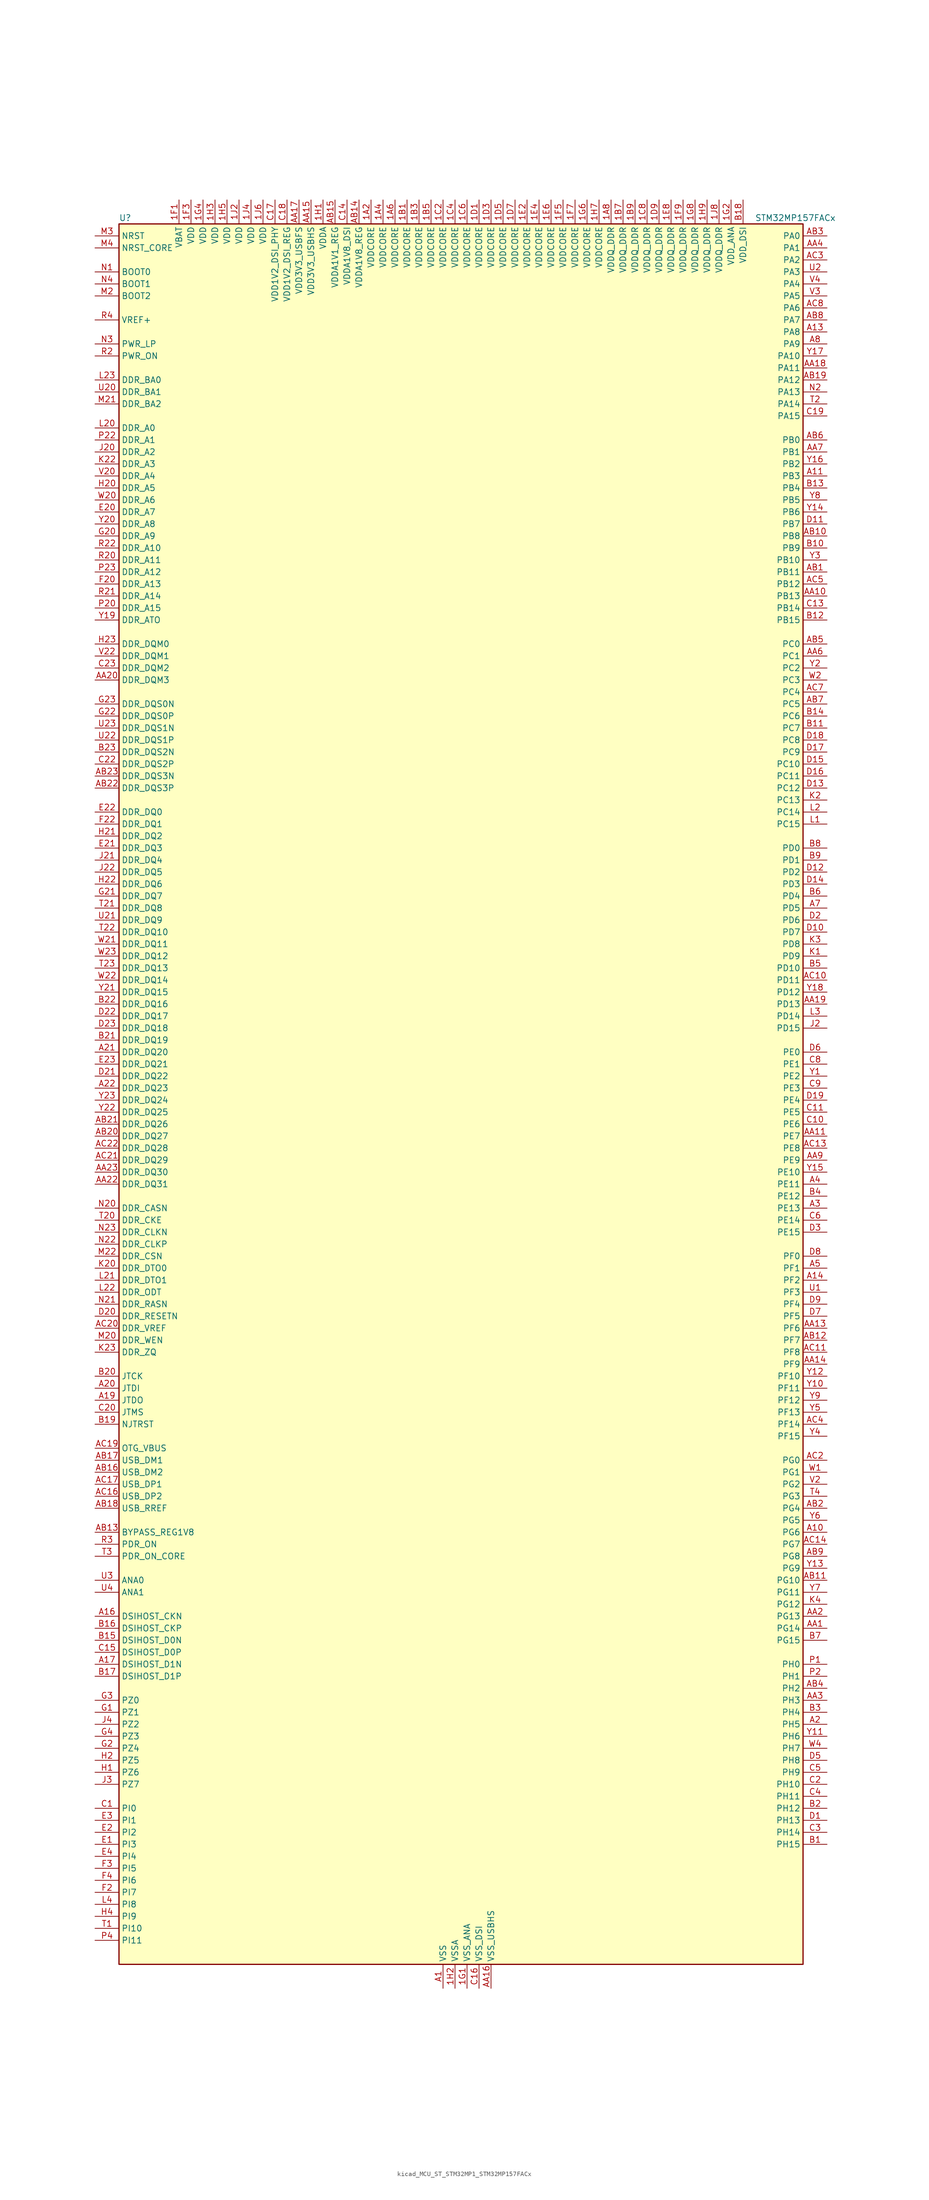
<source format=kicad_sym>
(kicad_symbol_lib
  (version 20220914)
  (generator kicad_symbol_editor)
  (symbol "kicad_MCU_ST_STM32MP1_STM32MP157FACx"
    (property "Reference" "U"
      (at -71.12 186.69 0)
      (effects (font (size 1.27 1.27)) (justify left)))
    (property "Value" "STM32MP157FACx"
      (at 63.5 186.69 0)
      (effects (font (size 1.27 1.27)) (justify left)))
    (property "ki_locked" ""
      (at 0 0 0)
      (effects (font (size 1.27 1.27))))
    (symbol "kicad_MCU_ST_STM32MP1_STM32MP157FACx_0_1"
      (rectangle (start -71.12 -182.88) (end 73.66 185.42) (stroke (width 0.254) (type default)) (fill (type background))))
    (symbol "kicad_MCU_ST_STM32MP1_STM32MP157FACx_1_1"
      (pin power_in line (at -17.78 190.5 270) (length 5.08) (name "VDDCORE" (effects (font (size 1.27 1.27)))) (number "1A2" (effects (font (size 1.27 1.27)))))
      (pin passive line (at -2.54 -187.96 90) (length 5.08) hide (name "VSS" (effects (font (size 1.27 1.27)))) (number "1A3" (effects (font (size 1.27 1.27)))))
      (pin power_in line (at -15.24 190.5 270) (length 5.08) (name "VDDCORE" (effects (font (size 1.27 1.27)))) (number "1A4" (effects (font (size 1.27 1.27)))))
      (pin passive line (at -2.54 -187.96 90) (length 5.08) hide (name "VSS" (effects (font (size 1.27 1.27)))) (number "1A5" (effects (font (size 1.27 1.27)))))
      (pin power_in line (at -12.7 190.5 270) (length 5.08) (name "VDDCORE" (effects (font (size 1.27 1.27)))) (number "1A6" (effects (font (size 1.27 1.27)))))
      (pin passive line (at -2.54 -187.96 90) (length 5.08) hide (name "VSS" (effects (font (size 1.27 1.27)))) (number "1A7" (effects (font (size 1.27 1.27)))))
      (pin power_in line (at 33.02 190.5 270) (length 5.08) (name "VDDQ_DDR" (effects (font (size 1.27 1.27)))) (number "1A8" (effects (font (size 1.27 1.27)))))
      (pin power_in line (at -10.16 190.5 270) (length 5.08) (name "VDDCORE" (effects (font (size 1.27 1.27)))) (number "1B1" (effects (font (size 1.27 1.27)))))
      (pin passive line (at -2.54 -187.96 90) (length 5.08) hide (name "VSS" (effects (font (size 1.27 1.27)))) (number "1B2" (effects (font (size 1.27 1.27)))))
      (pin power_in line (at -7.62 190.5 270) (length 5.08) (name "VDDCORE" (effects (font (size 1.27 1.27)))) (number "1B3" (effects (font (size 1.27 1.27)))))
      (pin passive line (at -2.54 -187.96 90) (length 5.08) hide (name "VSS" (effects (font (size 1.27 1.27)))) (number "1B4" (effects (font (size 1.27 1.27)))))
      (pin power_in line (at -5.08 190.5 270) (length 5.08) (name "VDDCORE" (effects (font (size 1.27 1.27)))) (number "1B5" (effects (font (size 1.27 1.27)))))
      (pin passive line (at -2.54 -187.96 90) (length 5.08) hide (name "VSS" (effects (font (size 1.27 1.27)))) (number "1B6" (effects (font (size 1.27 1.27)))))
      (pin power_in line (at 35.56 190.5 270) (length 5.08) (name "VDDQ_DDR" (effects (font (size 1.27 1.27)))) (number "1B7" (effects (font (size 1.27 1.27)))))
      (pin passive line (at -2.54 -187.96 90) (length 5.08) hide (name "VSS" (effects (font (size 1.27 1.27)))) (number "1B8" (effects (font (size 1.27 1.27)))))
      (pin power_in line (at 38.1 190.5 270) (length 5.08) (name "VDDQ_DDR" (effects (font (size 1.27 1.27)))) (number "1B9" (effects (font (size 1.27 1.27)))))
      (pin passive line (at -2.54 -187.96 90) (length 5.08) hide (name "VSS" (effects (font (size 1.27 1.27)))) (number "1C1" (effects (font (size 1.27 1.27)))))
      (pin power_in line (at -2.54 190.5 270) (length 5.08) (name "VDDCORE" (effects (font (size 1.27 1.27)))) (number "1C2" (effects (font (size 1.27 1.27)))))
      (pin passive line (at -2.54 -187.96 90) (length 5.08) hide (name "VSS" (effects (font (size 1.27 1.27)))) (number "1C3" (effects (font (size 1.27 1.27)))))
      (pin power_in line (at 0 190.5 270) (length 5.08) (name "VDDCORE" (effects (font (size 1.27 1.27)))) (number "1C4" (effects (font (size 1.27 1.27)))))
      (pin passive line (at -2.54 -187.96 90) (length 5.08) hide (name "VSS" (effects (font (size 1.27 1.27)))) (number "1C5" (effects (font (size 1.27 1.27)))))
      (pin power_in line (at 2.54 190.5 270) (length 5.08) (name "VDDCORE" (effects (font (size 1.27 1.27)))) (number "1C6" (effects (font (size 1.27 1.27)))))
      (pin passive line (at -2.54 -187.96 90) (length 5.08) hide (name "VSS" (effects (font (size 1.27 1.27)))) (number "1C7" (effects (font (size 1.27 1.27)))))
      (pin power_in line (at 40.64 190.5 270) (length 5.08) (name "VDDQ_DDR" (effects (font (size 1.27 1.27)))) (number "1C8" (effects (font (size 1.27 1.27)))))
      (pin passive line (at -2.54 -187.96 90) (length 5.08) hide (name "VSS" (effects (font (size 1.27 1.27)))) (number "1C9" (effects (font (size 1.27 1.27)))))
      (pin power_in line (at 5.08 190.5 270) (length 5.08) (name "VDDCORE" (effects (font (size 1.27 1.27)))) (number "1D1" (effects (font (size 1.27 1.27)))))
      (pin passive line (at -2.54 -187.96 90) (length 5.08) hide (name "VSS" (effects (font (size 1.27 1.27)))) (number "1D2" (effects (font (size 1.27 1.27)))))
      (pin power_in line (at 7.62 190.5 270) (length 5.08) (name "VDDCORE" (effects (font (size 1.27 1.27)))) (number "1D3" (effects (font (size 1.27 1.27)))))
      (pin passive line (at -2.54 -187.96 90) (length 5.08) hide (name "VSS" (effects (font (size 1.27 1.27)))) (number "1D4" (effects (font (size 1.27 1.27)))))
      (pin power_in line (at 10.16 190.5 270) (length 5.08) (name "VDDCORE" (effects (font (size 1.27 1.27)))) (number "1D5" (effects (font (size 1.27 1.27)))))
      (pin passive line (at -2.54 -187.96 90) (length 5.08) hide (name "VSS" (effects (font (size 1.27 1.27)))) (number "1D6" (effects (font (size 1.27 1.27)))))
      (pin power_in line (at 12.7 190.5 270) (length 5.08) (name "VDDCORE" (effects (font (size 1.27 1.27)))) (number "1D7" (effects (font (size 1.27 1.27)))))
      (pin passive line (at -2.54 -187.96 90) (length 5.08) hide (name "VSS" (effects (font (size 1.27 1.27)))) (number "1D8" (effects (font (size 1.27 1.27)))))
      (pin power_in line (at 43.18 190.5 270) (length 5.08) (name "VDDQ_DDR" (effects (font (size 1.27 1.27)))) (number "1D9" (effects (font (size 1.27 1.27)))))
      (pin passive line (at -2.54 -187.96 90) (length 5.08) hide (name "VSS" (effects (font (size 1.27 1.27)))) (number "1E1" (effects (font (size 1.27 1.27)))))
      (pin power_in line (at 15.24 190.5 270) (length 5.08) (name "VDDCORE" (effects (font (size 1.27 1.27)))) (number "1E2" (effects (font (size 1.27 1.27)))))
      (pin passive line (at -2.54 -187.96 90) (length 5.08) hide (name "VSS" (effects (font (size 1.27 1.27)))) (number "1E3" (effects (font (size 1.27 1.27)))))
      (pin power_in line (at 17.78 190.5 270) (length 5.08) (name "VDDCORE" (effects (font (size 1.27 1.27)))) (number "1E4" (effects (font (size 1.27 1.27)))))
      (pin passive line (at -2.54 -187.96 90) (length 5.08) hide (name "VSS" (effects (font (size 1.27 1.27)))) (number "1E5" (effects (font (size 1.27 1.27)))))
      (pin power_in line (at 20.32 190.5 270) (length 5.08) (name "VDDCORE" (effects (font (size 1.27 1.27)))) (number "1E6" (effects (font (size 1.27 1.27)))))
      (pin passive line (at -2.54 -187.96 90) (length 5.08) hide (name "VSS" (effects (font (size 1.27 1.27)))) (number "1E7" (effects (font (size 1.27 1.27)))))
      (pin power_in line (at 45.72 190.5 270) (length 5.08) (name "VDDQ_DDR" (effects (font (size 1.27 1.27)))) (number "1E8" (effects (font (size 1.27 1.27)))))
      (pin passive line (at -2.54 -187.96 90) (length 5.08) hide (name "VSS" (effects (font (size 1.27 1.27)))) (number "1E9" (effects (font (size 1.27 1.27)))))
      (pin power_in line (at -58.42 190.5 270) (length 5.08) (name "VBAT" (effects (font (size 1.27 1.27)))) (number "1F1" (effects (font (size 1.27 1.27)))))
      (pin passive line (at -2.54 -187.96 90) (length 5.08) hide (name "VSS" (effects (font (size 1.27 1.27)))) (number "1F2" (effects (font (size 1.27 1.27)))))
      (pin power_in line (at -55.88 190.5 270) (length 5.08) (name "VDD" (effects (font (size 1.27 1.27)))) (number "1F3" (effects (font (size 1.27 1.27)))))
      (pin passive line (at -2.54 -187.96 90) (length 5.08) hide (name "VSS" (effects (font (size 1.27 1.27)))) (number "1F4" (effects (font (size 1.27 1.27)))))
      (pin power_in line (at 22.86 190.5 270) (length 5.08) (name "VDDCORE" (effects (font (size 1.27 1.27)))) (number "1F5" (effects (font (size 1.27 1.27)))))
      (pin passive line (at -2.54 -187.96 90) (length 5.08) hide (name "VSS" (effects (font (size 1.27 1.27)))) (number "1F6" (effects (font (size 1.27 1.27)))))
      (pin power_in line (at 25.4 190.5 270) (length 5.08) (name "VDDCORE" (effects (font (size 1.27 1.27)))) (number "1F7" (effects (font (size 1.27 1.27)))))
      (pin passive line (at -2.54 -187.96 90) (length 5.08) hide (name "VSS" (effects (font (size 1.27 1.27)))) (number "1F8" (effects (font (size 1.27 1.27)))))
      (pin power_in line (at 48.26 190.5 270) (length 5.08) (name "VDDQ_DDR" (effects (font (size 1.27 1.27)))) (number "1F9" (effects (font (size 1.27 1.27)))))
      (pin power_in line (at 2.54 -187.96 90) (length 5.08) (name "VSS_ANA" (effects (font (size 1.27 1.27)))) (number "1G1" (effects (font (size 1.27 1.27)))))
      (pin power_in line (at 58.42 190.5 270) (length 5.08) (name "VDD_ANA" (effects (font (size 1.27 1.27)))) (number "1G2" (effects (font (size 1.27 1.27)))))
      (pin passive line (at -2.54 -187.96 90) (length 5.08) hide (name "VSS" (effects (font (size 1.27 1.27)))) (number "1G3" (effects (font (size 1.27 1.27)))))
      (pin power_in line (at -53.34 190.5 270) (length 5.08) (name "VDD" (effects (font (size 1.27 1.27)))) (number "1G4" (effects (font (size 1.27 1.27)))))
      (pin passive line (at -2.54 -187.96 90) (length 5.08) hide (name "VSS" (effects (font (size 1.27 1.27)))) (number "1G5" (effects (font (size 1.27 1.27)))))
      (pin power_in line (at 27.94 190.5 270) (length 5.08) (name "VDDCORE" (effects (font (size 1.27 1.27)))) (number "1G6" (effects (font (size 1.27 1.27)))))
      (pin passive line (at -2.54 -187.96 90) (length 5.08) hide (name "VSS" (effects (font (size 1.27 1.27)))) (number "1G7" (effects (font (size 1.27 1.27)))))
      (pin power_in line (at 50.8 190.5 270) (length 5.08) (name "VDDQ_DDR" (effects (font (size 1.27 1.27)))) (number "1G8" (effects (font (size 1.27 1.27)))))
      (pin passive line (at -2.54 -187.96 90) (length 5.08) hide (name "VSS" (effects (font (size 1.27 1.27)))) (number "1G9" (effects (font (size 1.27 1.27)))))
      (pin power_in line (at -27.94 190.5 270) (length 5.08) (name "VDDA" (effects (font (size 1.27 1.27)))) (number "1H1" (effects (font (size 1.27 1.27)))))
      (pin power_in line (at 0 -187.96 90) (length 5.08) (name "VSSA" (effects (font (size 1.27 1.27)))) (number "1H2" (effects (font (size 1.27 1.27)))))
      (pin power_in line (at -50.8 190.5 270) (length 5.08) (name "VDD" (effects (font (size 1.27 1.27)))) (number "1H3" (effects (font (size 1.27 1.27)))))
      (pin passive line (at -2.54 -187.96 90) (length 5.08) hide (name "VSS" (effects (font (size 1.27 1.27)))) (number "1H4" (effects (font (size 1.27 1.27)))))
      (pin power_in line (at -48.26 190.5 270) (length 5.08) (name "VDD" (effects (font (size 1.27 1.27)))) (number "1H5" (effects (font (size 1.27 1.27)))))
      (pin passive line (at -2.54 -187.96 90) (length 5.08) hide (name "VSS" (effects (font (size 1.27 1.27)))) (number "1H6" (effects (font (size 1.27 1.27)))))
      (pin power_in line (at 30.48 190.5 270) (length 5.08) (name "VDDCORE" (effects (font (size 1.27 1.27)))) (number "1H7" (effects (font (size 1.27 1.27)))))
      (pin passive line (at -2.54 -187.96 90) (length 5.08) hide (name "VSS" (effects (font (size 1.27 1.27)))) (number "1H8" (effects (font (size 1.27 1.27)))))
      (pin power_in line (at 53.34 190.5 270) (length 5.08) (name "VDDQ_DDR" (effects (font (size 1.27 1.27)))) (number "1H9" (effects (font (size 1.27 1.27)))))
      (pin power_in line (at -45.72 190.5 270) (length 5.08) (name "VDD" (effects (font (size 1.27 1.27)))) (number "1J2" (effects (font (size 1.27 1.27)))))
      (pin passive line (at -2.54 -187.96 90) (length 5.08) hide (name "VSS" (effects (font (size 1.27 1.27)))) (number "1J3" (effects (font (size 1.27 1.27)))))
      (pin power_in line (at -43.18 190.5 270) (length 5.08) (name "VDD" (effects (font (size 1.27 1.27)))) (number "1J4" (effects (font (size 1.27 1.27)))))
      (pin passive line (at -2.54 -187.96 90) (length 5.08) hide (name "VSS" (effects (font (size 1.27 1.27)))) (number "1J5" (effects (font (size 1.27 1.27)))))
      (pin power_in line (at -40.64 190.5 270) (length 5.08) (name "VDD" (effects (font (size 1.27 1.27)))) (number "1J6" (effects (font (size 1.27 1.27)))))
      (pin passive line (at -2.54 -187.96 90) (length 5.08) hide (name "VSS" (effects (font (size 1.27 1.27)))) (number "1J7" (effects (font (size 1.27 1.27)))))
      (pin power_in line (at 55.88 190.5 270) (length 5.08) (name "VDDQ_DDR" (effects (font (size 1.27 1.27)))) (number "1J8" (effects (font (size 1.27 1.27)))))
      (pin power_in line (at -2.54 -187.96 90) (length 5.08) (name "VSS" (effects (font (size 1.27 1.27)))) (number "A1" (effects (font (size 1.27 1.27)))))
      (pin bidirectional line (at 78.74 -91.44 180) (length 5.08) (name "PG6" (effects (font (size 1.27 1.27)))) (number "A10" (effects (font (size 1.27 1.27)))) (alternate "DCMI_D12" bidirectional line) (alternate "DEBUG_TRACED14" bidirectional line) (alternate "LTDC_R7" bidirectional line) (alternate "SDMMC2_CMD" bidirectional line) (alternate "TIM17_BKIN" bidirectional line))
      (pin bidirectional line (at 78.74 132.08 180) (length 5.08) (name "PB3" (effects (font (size 1.27 1.27)))) (number "A11" (effects (font (size 1.27 1.27)))) (alternate "DEBUG_TRACED9" bidirectional line) (alternate "I2S1_CK" bidirectional line) (alternate "I2S3_CK" bidirectional line) (alternate "SAI4_CK1" bidirectional line) (alternate "SAI4_MCLK_A" bidirectional line) (alternate "SDMMC2_D2" bidirectional line) (alternate "SPI1_SCK" bidirectional line) (alternate "SPI3_SCK" bidirectional line) (alternate "SPI6_SCK" bidirectional line) (alternate "TIM2_CH2" bidirectional line) (alternate "UART7_RX" bidirectional line))
      (pin bidirectional line (at 78.74 162.56 180) (length 5.08) (name "PA8" (effects (font (size 1.27 1.27)))) (number "A13" (effects (font (size 1.27 1.27)))) (alternate "I2C3_SCL" bidirectional line) (alternate "I2S3_SDO" bidirectional line) (alternate "LTDC_R6" bidirectional line) (alternate "RCC_MCO_1" bidirectional line) (alternate "SAI4_SD_B" bidirectional line) (alternate "SDMMC2_CKIN" bidirectional line) (alternate "SDMMC2_D4" bidirectional line) (alternate "SPI3_MOSI" bidirectional line) (alternate "TIM1_CH1" bidirectional line) (alternate "TIM8_BKIN2" bidirectional line) (alternate "UART7_RX" bidirectional line) (alternate "USART1_CK" bidirectional line) (alternate "USB_OTG_HS_SOF" bidirectional line))
      (pin bidirectional line (at 78.74 -38.1 180) (length 5.08) (name "PF2" (effects (font (size 1.27 1.27)))) (number "A14" (effects (font (size 1.27 1.27)))) (alternate "FMC_A2" bidirectional line) (alternate "I2C2_SMBA" bidirectional line) (alternate "SDMMC1_D0DIR" bidirectional line) (alternate "SDMMC2_D0DIR" bidirectional line) (alternate "SDMMC3_D0DIR" bidirectional line))
      (pin bidirectional line (at -76.2 -109.22 0) (length 5.08) (name "DSIHOST_CKN" (effects (font (size 1.27 1.27)))) (number "A16" (effects (font (size 1.27 1.27)))) (alternate "DSIHOST_CKN" bidirectional line))
      (pin bidirectional line (at -76.2 -119.38 0) (length 5.08) (name "DSIHOST_D1N" (effects (font (size 1.27 1.27)))) (number "A17" (effects (font (size 1.27 1.27)))) (alternate "DSIHOST_D1N" bidirectional line))
      (pin bidirectional line (at -76.2 -63.5 0) (length 5.08) (name "JTDO" (effects (font (size 1.27 1.27)))) (number "A19" (effects (font (size 1.27 1.27)))) (alternate "DEBUG_JTDO-SWO" bidirectional line))
      (pin bidirectional line (at 78.74 -132.08 180) (length 5.08) (name "PH5" (effects (font (size 1.27 1.27)))) (number "A2" (effects (font (size 1.27 1.27)))) (alternate "I2C2_SDA" bidirectional line) (alternate "SAI4_SD_B" bidirectional line) (alternate "SPI5_NSS" bidirectional line))
      (pin bidirectional line (at -76.2 -60.96 0) (length 5.08) (name "JTDI" (effects (font (size 1.27 1.27)))) (number "A20" (effects (font (size 1.27 1.27)))) (alternate "DEBUG_JTDI" bidirectional line))
      (pin bidirectional line (at -76.2 10.16 0) (length 5.08) (name "DDR_DQ20" (effects (font (size 1.27 1.27)))) (number "A21" (effects (font (size 1.27 1.27)))) (alternate "DDR_DQ20" bidirectional line))
      (pin bidirectional line (at -76.2 2.54 0) (length 5.08) (name "DDR_DQ23" (effects (font (size 1.27 1.27)))) (number "A22" (effects (font (size 1.27 1.27)))) (alternate "DDR_DQ23" bidirectional line))
      (pin passive line (at -2.54 -187.96 90) (length 5.08) hide (name "VSS" (effects (font (size 1.27 1.27)))) (number "A23" (effects (font (size 1.27 1.27)))))
      (pin bidirectional line (at 78.74 -22.86 180) (length 5.08) (name "PE13" (effects (font (size 1.27 1.27)))) (number "A3" (effects (font (size 1.27 1.27)))) (alternate "DCMI_D6" bidirectional line) (alternate "DFSDM1_CKIN5" bidirectional line) (alternate "FMC_D10" bidirectional line) (alternate "FMC_DA10" bidirectional line) (alternate "HDP_HDP2" bidirectional line) (alternate "LTDC_DE" bidirectional line) (alternate "SAI2_FS_B" bidirectional line) (alternate "SPI4_MISO" bidirectional line) (alternate "TIM1_CH3" bidirectional line))
      (pin bidirectional line (at 78.74 -17.78 180) (length 5.08) (name "PE11" (effects (font (size 1.27 1.27)))) (number "A4" (effects (font (size 1.27 1.27)))) (alternate "ADC1_EXTI11" bidirectional line) (alternate "ADC2_EXTI11" bidirectional line) (alternate "DCMI_D4" bidirectional line) (alternate "DFSDM1_CKIN4" bidirectional line) (alternate "FMC_D8" bidirectional line) (alternate "FMC_DA8" bidirectional line) (alternate "LTDC_G3" bidirectional line) (alternate "SAI2_SD_B" bidirectional line) (alternate "SPI4_NSS" bidirectional line) (alternate "TIM1_CH2" bidirectional line) (alternate "USART6_CK" bidirectional line))
      (pin bidirectional line (at 78.74 -35.56 180) (length 5.08) (name "PF1" (effects (font (size 1.27 1.27)))) (number "A5" (effects (font (size 1.27 1.27)))) (alternate "FMC_A1" bidirectional line) (alternate "I2C2_SCL" bidirectional line) (alternate "SDMMC3_CDIR" bidirectional line) (alternate "SDMMC3_CMD" bidirectional line))
      (pin bidirectional line (at 78.74 40.64 180) (length 5.08) (name "PD5" (effects (font (size 1.27 1.27)))) (number "A7" (effects (font (size 1.27 1.27)))) (alternate "FMC_NWE" bidirectional line) (alternate "SDMMC3_D2" bidirectional line) (alternate "USART2_TX" bidirectional line))
      (pin bidirectional line (at 78.74 160.02 180) (length 5.08) (name "PA9" (effects (font (size 1.27 1.27)))) (number "A8" (effects (font (size 1.27 1.27)))) (alternate "DAC1_EXTI9" bidirectional line) (alternate "DCMI_D0" bidirectional line) (alternate "I2C3_SMBA" bidirectional line) (alternate "I2S2_CK" bidirectional line) (alternate "LTDC_R5" bidirectional line) (alternate "SDMMC2_CDIR" bidirectional line) (alternate "SDMMC2_D5" bidirectional line) (alternate "SPI2_SCK" bidirectional line) (alternate "TIM1_CH2" bidirectional line) (alternate "USART1_TX" bidirectional line))
      (pin bidirectional line (at 78.74 -111.76 180) (length 5.08) (name "PG14" (effects (font (size 1.27 1.27)))) (number "AA1" (effects (font (size 1.27 1.27)))) (alternate "DEBUG_TRACED1" bidirectional line) (alternate "ETH1_TXD1" bidirectional line) (alternate "FMC_A25" bidirectional line) (alternate "LPTIM1_ETR" bidirectional line) (alternate "LTDC_B0" bidirectional line) (alternate "QUADSPI_BK2_IO3" bidirectional line) (alternate "SAI4_D1" bidirectional line) (alternate "SAI4_SD_A" bidirectional line) (alternate "SPI6_MOSI" bidirectional line) (alternate "USART6_TX" bidirectional line))
      (pin bidirectional line (at 78.74 106.68 180) (length 5.08) (name "PB13" (effects (font (size 1.27 1.27)))) (number "AA10" (effects (font (size 1.27 1.27)))) (alternate "DFSDM1_CKIN1" bidirectional line) (alternate "DFSDM1_CKOUT" bidirectional line) (alternate "ETH1_TXD1" bidirectional line) (alternate "FDCAN2_TX" bidirectional line) (alternate "I2S2_CK" bidirectional line) (alternate "LPTIM2_OUT" bidirectional line) (alternate "SPI2_SCK" bidirectional line) (alternate "TIM1_CH1N" bidirectional line) (alternate "UART5_TX" bidirectional line) (alternate "USART3_CTS" bidirectional line) (alternate "USART3_NSS" bidirectional line))
      (pin bidirectional line (at 78.74 -7.62 180) (length 5.08) (name "PE7" (effects (font (size 1.27 1.27)))) (number "AA11" (effects (font (size 1.27 1.27)))) (alternate "DFSDM1_DATIN2" bidirectional line) (alternate "FMC_D4" bidirectional line) (alternate "FMC_DA4" bidirectional line) (alternate "QUADSPI_BK2_IO0" bidirectional line) (alternate "TIM1_ETR" bidirectional line) (alternate "TIM3_ETR" bidirectional line) (alternate "UART7_RX" bidirectional line))
      (pin passive line (at -2.54 -187.96 90) (length 5.08) hide (name "VSS" (effects (font (size 1.27 1.27)))) (number "AA12" (effects (font (size 1.27 1.27)))))
      (pin bidirectional line (at 78.74 -48.26 180) (length 5.08) (name "PF6" (effects (font (size 1.27 1.27)))) (number "AA13" (effects (font (size 1.27 1.27)))) (alternate "QUADSPI_BK1_IO3" bidirectional line) (alternate "SAI1_SD_B" bidirectional line) (alternate "SAI4_SCK_B" bidirectional line) (alternate "SPI5_NSS" bidirectional line) (alternate "TIM16_CH1" bidirectional line) (alternate "UART7_RX" bidirectional line))
      (pin bidirectional line (at 78.74 -55.88 180) (length 5.08) (name "PF9" (effects (font (size 1.27 1.27)))) (number "AA14" (effects (font (size 1.27 1.27)))) (alternate "DAC1_EXTI9" bidirectional line) (alternate "DEBUG_TRACED13" bidirectional line) (alternate "QUADSPI_BK1_IO1" bidirectional line) (alternate "SAI1_FS_B" bidirectional line) (alternate "SPI5_MOSI" bidirectional line) (alternate "TIM14_CH1" bidirectional line) (alternate "TIM17_CH1N" bidirectional line) (alternate "UART7_CTS" bidirectional line))
      (pin power_in line (at -30.48 190.5 270) (length 5.08) (name "VDD3V3_USBHS" (effects (font (size 1.27 1.27)))) (number "AA15" (effects (font (size 1.27 1.27)))))
      (pin power_in line (at 7.62 -187.96 90) (length 5.08) (name "VSS_USBHS" (effects (font (size 1.27 1.27)))) (number "AA16" (effects (font (size 1.27 1.27)))))
      (pin power_in line (at -33.02 190.5 270) (length 5.08) (name "VDD3V3_USBFS" (effects (font (size 1.27 1.27)))) (number "AA17" (effects (font (size 1.27 1.27)))))
      (pin bidirectional line (at 78.74 154.94 180) (length 5.08) (name "PA11" (effects (font (size 1.27 1.27)))) (number "AA18" (effects (font (size 1.27 1.27)))) (alternate "ADC1_EXTI11" bidirectional line) (alternate "ADC2_EXTI11" bidirectional line) (alternate "FDCAN1_RX" bidirectional line) (alternate "I2C5_SCL" bidirectional line) (alternate "I2C6_SCL" bidirectional line) (alternate "I2S2_WS" bidirectional line) (alternate "LTDC_R4" bidirectional line) (alternate "SPI2_NSS" bidirectional line) (alternate "TIM1_CH4" bidirectional line) (alternate "UART4_RX" bidirectional line) (alternate "USART1_CTS" bidirectional line) (alternate "USART1_NSS" bidirectional line))
      (pin bidirectional line (at 78.74 20.32 180) (length 5.08) (name "PD13" (effects (font (size 1.27 1.27)))) (number "AA19" (effects (font (size 1.27 1.27)))) (alternate "DSIHOST_TE" bidirectional line) (alternate "FMC_A18" bidirectional line) (alternate "I2C1_SDA" bidirectional line) (alternate "I2C4_SDA" bidirectional line) (alternate "I2S3_MCK" bidirectional line) (alternate "LPTIM1_OUT" bidirectional line) (alternate "QUADSPI_BK1_IO3" bidirectional line) (alternate "SAI2_SCK_A" bidirectional line) (alternate "TIM4_CH2" bidirectional line))
      (pin bidirectional line (at 78.74 -109.22 180) (length 5.08) (name "PG13" (effects (font (size 1.27 1.27)))) (number "AA2" (effects (font (size 1.27 1.27)))) (alternate "DEBUG_TRACED0" bidirectional line) (alternate "ETH1_TXD0" bidirectional line) (alternate "FMC_A24" bidirectional line) (alternate "LPTIM1_OUT" bidirectional line) (alternate "LTDC_R0" bidirectional line) (alternate "SAI1_CK2" bidirectional line) (alternate "SAI1_SCK_A" bidirectional line) (alternate "SAI4_CK1" bidirectional line) (alternate "SAI4_MCLK_A" bidirectional line) (alternate "SPI6_SCK" bidirectional line) (alternate "USART6_CTS" bidirectional line) (alternate "USART6_NSS" bidirectional line))
      (pin bidirectional line (at -76.2 88.9 0) (length 5.08) (name "DDR_DQM3" (effects (font (size 1.27 1.27)))) (number "AA20" (effects (font (size 1.27 1.27)))) (alternate "DDR_DQM3" bidirectional line))
      (pin passive line (at -2.54 -187.96 90) (length 5.08) hide (name "VSS" (effects (font (size 1.27 1.27)))) (number "AA21" (effects (font (size 1.27 1.27)))))
      (pin bidirectional line (at -76.2 -17.78 0) (length 5.08) (name "DDR_DQ31" (effects (font (size 1.27 1.27)))) (number "AA22" (effects (font (size 1.27 1.27)))) (alternate "DDR_DQ31" bidirectional line))
      (pin bidirectional line (at -76.2 -15.24 0) (length 5.08) (name "DDR_DQ30" (effects (font (size 1.27 1.27)))) (number "AA23" (effects (font (size 1.27 1.27)))) (alternate "DDR_DQ30" bidirectional line))
      (pin bidirectional line (at 78.74 -127 180) (length 5.08) (name "PH3" (effects (font (size 1.27 1.27)))) (number "AA3" (effects (font (size 1.27 1.27)))) (alternate "DFSDM1_CKIN4" bidirectional line) (alternate "ETH1_COL" bidirectional line) (alternate "LTDC_R1" bidirectional line) (alternate "QUADSPI_BK2_IO1" bidirectional line) (alternate "SAI2_MCLK_B" bidirectional line))
      (pin bidirectional line (at 78.74 180.34 180) (length 5.08) (name "PA1" (effects (font (size 1.27 1.27)))) (number "AA4" (effects (font (size 1.27 1.27)))) (alternate "ADC1_INN16" bidirectional line) (alternate "ADC1_INP17" bidirectional line) (alternate "ETH1_CLK" bidirectional line) (alternate "ETH1_REF_CLK" bidirectional line) (alternate "ETH1_RX_CLK" bidirectional line) (alternate "LPTIM3_OUT" bidirectional line) (alternate "LTDC_R2" bidirectional line) (alternate "QUADSPI_BK1_IO3" bidirectional line) (alternate "SAI2_MCLK_B" bidirectional line) (alternate "TIM15_CH1N" bidirectional line) (alternate "TIM2_CH2" bidirectional line) (alternate "TIM5_CH2" bidirectional line) (alternate "UART4_RX" bidirectional line) (alternate "USART2_DE" bidirectional line) (alternate "USART2_RTS" bidirectional line))
      (pin passive line (at -2.54 -187.96 90) (length 5.08) hide (name "VSS" (effects (font (size 1.27 1.27)))) (number "AA5" (effects (font (size 1.27 1.27)))))
      (pin bidirectional line (at 78.74 93.98 180) (length 5.08) (name "PC1" (effects (font (size 1.27 1.27)))) (number "AA6" (effects (font (size 1.27 1.27)))) (alternate "ADC1_INN10" bidirectional line) (alternate "ADC1_INP11" bidirectional line) (alternate "ADC2_INN10" bidirectional line) (alternate "ADC2_INP11" bidirectional line) (alternate "DEBUG_TRACED0" bidirectional line) (alternate "DFSDM1_CKIN4" bidirectional line) (alternate "DFSDM1_DATIN0" bidirectional line) (alternate "ETH1_MDC" bidirectional line) (alternate "I2S2_SDO" bidirectional line) (alternate "PWR_WKUP6" bidirectional line) (alternate "SAI1_D1" bidirectional line) (alternate "SAI1_SD_A" bidirectional line) (alternate "SDMMC2_CK" bidirectional line) (alternate "SPI2_MOSI" bidirectional line) (alternate "TAMP_IN3" bidirectional line))
      (pin bidirectional line (at 78.74 137.16 180) (length 5.08) (name "PB1" (effects (font (size 1.27 1.27)))) (number "AA7" (effects (font (size 1.27 1.27)))) (alternate "ADC1_INP5" bidirectional line) (alternate "ADC2_INP5" bidirectional line) (alternate "DFSDM1_DATIN1" bidirectional line) (alternate "ETH1_RXD3" bidirectional line) (alternate "LTDC_G0" bidirectional line) (alternate "LTDC_R6" bidirectional line) (alternate "TIM1_CH3N" bidirectional line) (alternate "TIM3_CH4" bidirectional line) (alternate "TIM8_CH3N" bidirectional line))
      (pin passive line (at -2.54 -187.96 90) (length 5.08) hide (name "VSS" (effects (font (size 1.27 1.27)))) (number "AA8" (effects (font (size 1.27 1.27)))))
      (pin bidirectional line (at 78.74 -12.7 180) (length 5.08) (name "PE9" (effects (font (size 1.27 1.27)))) (number "AA9" (effects (font (size 1.27 1.27)))) (alternate "DAC1_EXTI9" bidirectional line) (alternate "DFSDM1_CKOUT" bidirectional line) (alternate "FMC_D6" bidirectional line) (alternate "FMC_DA6" bidirectional line) (alternate "QUADSPI_BK2_IO2" bidirectional line) (alternate "TIM1_CH1" bidirectional line) (alternate "UART7_DE" bidirectional line) (alternate "UART7_RTS" bidirectional line))
      (pin bidirectional line (at 78.74 111.76 180) (length 5.08) (name "PB11" (effects (font (size 1.27 1.27)))) (number "AB1" (effects (font (size 1.27 1.27)))) (alternate "ADC1_EXTI11" bidirectional line) (alternate "ADC2_EXTI11" bidirectional line) (alternate "DFSDM1_CKIN7" bidirectional line) (alternate "DSIHOST_TE" bidirectional line) (alternate "ETH1_TX_CTL" bidirectional line) (alternate "ETH1_TX_EN" bidirectional line) (alternate "I2C2_SDA" bidirectional line) (alternate "LPTIM2_ETR" bidirectional line) (alternate "LTDC_G5" bidirectional line) (alternate "TIM2_CH4" bidirectional line) (alternate "USART3_RX" bidirectional line))
      (pin bidirectional line (at 78.74 119.38 180) (length 5.08) (name "PB8" (effects (font (size 1.27 1.27)))) (number "AB10" (effects (font (size 1.27 1.27)))) (alternate "DCMI_D6" bidirectional line) (alternate "DFSDM1_CKIN7" bidirectional line) (alternate "ETH1_TXD3" bidirectional line) (alternate "FDCAN1_RX" bidirectional line) (alternate "HDP_HDP6" bidirectional line) (alternate "I2C1_SCL" bidirectional line) (alternate "I2C4_SCL" bidirectional line) (alternate "LTDC_B6" bidirectional line) (alternate "SDMMC1_CKIN" bidirectional line) (alternate "SDMMC1_D4" bidirectional line) (alternate "SDMMC2_CKIN" bidirectional line) (alternate "SDMMC2_D4" bidirectional line) (alternate "TIM16_CH1" bidirectional line) (alternate "TIM4_CH3" bidirectional line) (alternate "UART4_RX" bidirectional line))
      (pin bidirectional line (at 78.74 -101.6 180) (length 5.08) (name "PG10" (effects (font (size 1.27 1.27)))) (number "AB11" (effects (font (size 1.27 1.27)))) (alternate "DCMI_D2" bidirectional line) (alternate "DEBUG_TRACED10" bidirectional line) (alternate "FMC_NE3" bidirectional line) (alternate "LTDC_B2" bidirectional line) (alternate "LTDC_G3" bidirectional line) (alternate "QUADSPI_BK2_IO2" bidirectional line) (alternate "SAI2_SD_B" bidirectional line) (alternate "UART8_CTS" bidirectional line))
      (pin bidirectional line (at 78.74 -50.8 180) (length 5.08) (name "PF7" (effects (font (size 1.27 1.27)))) (number "AB12" (effects (font (size 1.27 1.27)))) (alternate "QUADSPI_BK1_IO2" bidirectional line) (alternate "SAI1_MCLK_B" bidirectional line) (alternate "SPI5_SCK" bidirectional line) (alternate "TIM17_CH1" bidirectional line) (alternate "UART7_TX" bidirectional line))
      (pin bidirectional line (at -76.2 -91.44 0) (length 5.08) (name "BYPASS_REG1V8" (effects (font (size 1.27 1.27)))) (number "AB13" (effects (font (size 1.27 1.27)))))
      (pin power_in line (at -20.32 190.5 270) (length 5.08) (name "VDDA1V8_REG" (effects (font (size 1.27 1.27)))) (number "AB14" (effects (font (size 1.27 1.27)))))
      (pin power_in line (at -25.4 190.5 270) (length 5.08) (name "VDDA1V1_REG" (effects (font (size 1.27 1.27)))) (number "AB15" (effects (font (size 1.27 1.27)))))
      (pin bidirectional line (at -76.2 -78.74 0) (length 5.08) (name "USB_DM2" (effects (font (size 1.27 1.27)))) (number "AB16" (effects (font (size 1.27 1.27)))) (alternate "USBH_HS2_DM" bidirectional line) (alternate "USB_OTG_HS_DM" bidirectional line))
      (pin bidirectional line (at -76.2 -76.2 0) (length 5.08) (name "USB_DM1" (effects (font (size 1.27 1.27)))) (number "AB17" (effects (font (size 1.27 1.27)))) (alternate "USBH_HS1_DM" bidirectional line))
      (pin bidirectional line (at -76.2 -86.36 0) (length 5.08) (name "USB_RREF" (effects (font (size 1.27 1.27)))) (number "AB18" (effects (font (size 1.27 1.27)))))
      (pin bidirectional line (at 78.74 152.4 180) (length 5.08) (name "PA12" (effects (font (size 1.27 1.27)))) (number "AB19" (effects (font (size 1.27 1.27)))) (alternate "FDCAN1_TX" bidirectional line) (alternate "I2C5_SDA" bidirectional line) (alternate "I2C6_SDA" bidirectional line) (alternate "LTDC_R5" bidirectional line) (alternate "SAI2_FS_B" bidirectional line) (alternate "TIM1_ETR" bidirectional line) (alternate "UART4_TX" bidirectional line) (alternate "USART1_DE" bidirectional line) (alternate "USART1_RTS" bidirectional line))
      (pin bidirectional line (at 78.74 -86.36 180) (length 5.08) (name "PG4" (effects (font (size 1.27 1.27)))) (number "AB2" (effects (font (size 1.27 1.27)))) (alternate "ETH1_GTX_CLK" bidirectional line) (alternate "FMC_A14" bidirectional line) (alternate "TIM1_BKIN2" bidirectional line))
      (pin bidirectional line (at -76.2 -7.62 0) (length 5.08) (name "DDR_DQ27" (effects (font (size 1.27 1.27)))) (number "AB20" (effects (font (size 1.27 1.27)))) (alternate "DDR_DQ27" bidirectional line))
      (pin bidirectional line (at -76.2 -5.08 0) (length 5.08) (name "DDR_DQ26" (effects (font (size 1.27 1.27)))) (number "AB21" (effects (font (size 1.27 1.27)))) (alternate "DDR_DQ26" bidirectional line))
      (pin bidirectional line (at -76.2 66.04 0) (length 5.08) (name "DDR_DQS3P" (effects (font (size 1.27 1.27)))) (number "AB22" (effects (font (size 1.27 1.27)))) (alternate "DDR_DQS3P" bidirectional line))
      (pin bidirectional line (at -76.2 68.58 0) (length 5.08) (name "DDR_DQS3N" (effects (font (size 1.27 1.27)))) (number "AB23" (effects (font (size 1.27 1.27)))) (alternate "DDR_DQS3N" bidirectional line))
      (pin bidirectional line (at 78.74 182.88 180) (length 5.08) (name "PA0" (effects (font (size 1.27 1.27)))) (number "AB3" (effects (font (size 1.27 1.27)))) (alternate "ADC1_INP16" bidirectional line) (alternate "ETH1_CRS" bidirectional line) (alternate "PWR_WKUP1" bidirectional line) (alternate "SAI2_SD_B" bidirectional line) (alternate "SDMMC2_CMD" bidirectional line) (alternate "TIM15_BKIN" bidirectional line) (alternate "TIM2_CH1" bidirectional line) (alternate "TIM2_ETR" bidirectional line) (alternate "TIM5_CH1" bidirectional line) (alternate "TIM8_ETR" bidirectional line) (alternate "UART4_TX" bidirectional line) (alternate "USART2_CTS" bidirectional line) (alternate "USART2_NSS" bidirectional line))
      (pin bidirectional line (at 78.74 -124.46 180) (length 5.08) (name "PH2" (effects (font (size 1.27 1.27)))) (number "AB4" (effects (font (size 1.27 1.27)))) (alternate "ETH1_CRS" bidirectional line) (alternate "LPTIM1_IN2" bidirectional line) (alternate "LTDC_R0" bidirectional line) (alternate "QUADSPI_BK2_IO0" bidirectional line) (alternate "SAI2_SCK_B" bidirectional line))
      (pin bidirectional line (at 78.74 96.52 180) (length 5.08) (name "PC0" (effects (font (size 1.27 1.27)))) (number "AB5" (effects (font (size 1.27 1.27)))) (alternate "ADC1_INP10" bidirectional line) (alternate "ADC2_INP10" bidirectional line) (alternate "DFSDM1_CKIN0" bidirectional line) (alternate "DFSDM1_DATIN4" bidirectional line) (alternate "LPTIM2_IN2" bidirectional line) (alternate "LTDC_R5" bidirectional line) (alternate "QUADSPI_BK2_NCS" bidirectional line) (alternate "SAI2_FS_B" bidirectional line))
      (pin bidirectional line (at 78.74 139.7 180) (length 5.08) (name "PB0" (effects (font (size 1.27 1.27)))) (number "AB6" (effects (font (size 1.27 1.27)))) (alternate "ADC1_INN5" bidirectional line) (alternate "ADC1_INP9" bidirectional line) (alternate "ADC2_INN5" bidirectional line) (alternate "ADC2_INP9" bidirectional line) (alternate "DFSDM1_CKOUT" bidirectional line) (alternate "ETH1_RXD2" bidirectional line) (alternate "LTDC_G1" bidirectional line) (alternate "LTDC_R3" bidirectional line) (alternate "TIM1_CH2N" bidirectional line) (alternate "TIM3_CH3" bidirectional line) (alternate "TIM8_CH2N" bidirectional line) (alternate "UART4_CTS" bidirectional line))
      (pin bidirectional line (at 78.74 83.82 180) (length 5.08) (name "PC5" (effects (font (size 1.27 1.27)))) (number "AB7" (effects (font (size 1.27 1.27)))) (alternate "ADC1_INN4" bidirectional line) (alternate "ADC1_INP8" bidirectional line) (alternate "ADC2_INN4" bidirectional line) (alternate "ADC2_INP8" bidirectional line) (alternate "DFSDM1_DATIN2" bidirectional line) (alternate "ETH1_RXD1" bidirectional line) (alternate "SAI1_D3" bidirectional line) (alternate "SAI1_D4" bidirectional line) (alternate "SAI4_D3" bidirectional line) (alternate "SAI4_D4" bidirectional line) (alternate "SPDIFRX_IN3" bidirectional line))
      (pin bidirectional line (at 78.74 165.1 180) (length 5.08) (name "PA7" (effects (font (size 1.27 1.27)))) (number "AB8" (effects (font (size 1.27 1.27)))) (alternate "ADC1_INN3" bidirectional line) (alternate "ADC1_INP7" bidirectional line) (alternate "ADC2_INN3" bidirectional line) (alternate "ADC2_INP7" bidirectional line) (alternate "ETH1_CRS_DV" bidirectional line) (alternate "ETH1_RX_CTL" bidirectional line) (alternate "ETH1_RX_DV" bidirectional line) (alternate "I2S1_SDO" bidirectional line) (alternate "QUADSPI_CLK" bidirectional line) (alternate "SAI4_D1" bidirectional line) (alternate "SAI4_SD_A" bidirectional line) (alternate "SPI1_MOSI" bidirectional line) (alternate "SPI6_MOSI" bidirectional line) (alternate "TIM14_CH1" bidirectional line) (alternate "TIM1_CH1N" bidirectional line) (alternate "TIM3_CH2" bidirectional line) (alternate "TIM8_CH1N" bidirectional line))
      (pin bidirectional line (at 78.74 -96.52 180) (length 5.08) (name "PG8" (effects (font (size 1.27 1.27)))) (number "AB9" (effects (font (size 1.27 1.27)))) (alternate "DEBUG_TRACED15" bidirectional line) (alternate "ETH1_CLK" bidirectional line) (alternate "ETH1_PPS_OUT" bidirectional line) (alternate "LTDC_G7" bidirectional line) (alternate "SAI4_D2" bidirectional line) (alternate "SAI4_FS_A" bidirectional line) (alternate "SPDIFRX_IN2" bidirectional line) (alternate "SPI6_NSS" bidirectional line) (alternate "TIM2_CH1" bidirectional line) (alternate "TIM2_ETR" bidirectional line) (alternate "TIM8_ETR" bidirectional line) (alternate "USART3_DE" bidirectional line) (alternate "USART3_RTS" bidirectional line) (alternate "USART6_DE" bidirectional line) (alternate "USART6_RTS" bidirectional line))
      (pin passive line (at -2.54 -187.96 90) (length 5.08) hide (name "VSS" (effects (font (size 1.27 1.27)))) (number "AC1" (effects (font (size 1.27 1.27)))))
      (pin bidirectional line (at 78.74 25.4 180) (length 5.08) (name "PD11" (effects (font (size 1.27 1.27)))) (number "AC10" (effects (font (size 1.27 1.27)))) (alternate "ADC1_EXTI11" bidirectional line) (alternate "ADC2_EXTI11" bidirectional line) (alternate "FMC_A16" bidirectional line) (alternate "FMC_CLE" bidirectional line) (alternate "I2C1_SMBA" bidirectional line) (alternate "I2C4_SMBA" bidirectional line) (alternate "LPTIM2_IN2" bidirectional line) (alternate "QUADSPI_BK1_IO0" bidirectional line) (alternate "SAI2_SD_A" bidirectional line) (alternate "USART3_CTS" bidirectional line) (alternate "USART3_NSS" bidirectional line))
      (pin bidirectional line (at 78.74 -53.34 180) (length 5.08) (name "PF8" (effects (font (size 1.27 1.27)))) (number "AC11" (effects (font (size 1.27 1.27)))) (alternate "DEBUG_TRACED12" bidirectional line) (alternate "QUADSPI_BK1_IO0" bidirectional line) (alternate "SAI1_SCK_B" bidirectional line) (alternate "SPI5_MISO" bidirectional line) (alternate "TIM13_CH1" bidirectional line) (alternate "TIM16_CH1N" bidirectional line) (alternate "UART7_DE" bidirectional line) (alternate "UART7_RTS" bidirectional line))
      (pin bidirectional line (at 78.74 -10.16 180) (length 5.08) (name "PE8" (effects (font (size 1.27 1.27)))) (number "AC13" (effects (font (size 1.27 1.27)))) (alternate "DFSDM1_CKIN2" bidirectional line) (alternate "FMC_D5" bidirectional line) (alternate "FMC_DA5" bidirectional line) (alternate "QUADSPI_BK2_IO1" bidirectional line) (alternate "TIM1_CH1N" bidirectional line) (alternate "UART7_TX" bidirectional line))
      (pin bidirectional line (at 78.74 -93.98 180) (length 5.08) (name "PG7" (effects (font (size 1.27 1.27)))) (number "AC14" (effects (font (size 1.27 1.27)))) (alternate "DCMI_D13" bidirectional line) (alternate "DEBUG_TRACED5" bidirectional line) (alternate "LTDC_CLK" bidirectional line) (alternate "QUADSPI_BK2_IO3" bidirectional line) (alternate "QUADSPI_CLK" bidirectional line) (alternate "SAI1_MCLK_A" bidirectional line) (alternate "UART8_DE" bidirectional line) (alternate "UART8_RTS" bidirectional line) (alternate "USART6_CK" bidirectional line))
      (pin bidirectional line (at -76.2 -83.82 0) (length 5.08) (name "USB_DP2" (effects (font (size 1.27 1.27)))) (number "AC16" (effects (font (size 1.27 1.27)))) (alternate "USBH_HS2_DP" bidirectional line) (alternate "USB_OTG_HS_DP" bidirectional line))
      (pin bidirectional line (at -76.2 -81.28 0) (length 5.08) (name "USB_DP1" (effects (font (size 1.27 1.27)))) (number "AC17" (effects (font (size 1.27 1.27)))) (alternate "USBH_HS1_DP" bidirectional line))
      (pin bidirectional line (at -76.2 -73.66 0) (length 5.08) (name "OTG_VBUS" (effects (font (size 1.27 1.27)))) (number "AC19" (effects (font (size 1.27 1.27)))) (alternate "USB_OTG_HS_VBUS" bidirectional line))
      (pin bidirectional line (at 78.74 -76.2 180) (length 5.08) (name "PG0" (effects (font (size 1.27 1.27)))) (number "AC2" (effects (font (size 1.27 1.27)))) (alternate "DEBUG_TRACED0" bidirectional line) (alternate "DFSDM1_DATIN0" bidirectional line) (alternate "ETH1_TXD4" bidirectional line) (alternate "FMC_A10" bidirectional line))
      (pin bidirectional line (at -76.2 -48.26 0) (length 5.08) (name "DDR_VREF" (effects (font (size 1.27 1.27)))) (number "AC20" (effects (font (size 1.27 1.27)))) (alternate "DDR_VREF" bidirectional line))
      (pin bidirectional line (at -76.2 -12.7 0) (length 5.08) (name "DDR_DQ29" (effects (font (size 1.27 1.27)))) (number "AC21" (effects (font (size 1.27 1.27)))) (alternate "DDR_DQ29" bidirectional line))
      (pin bidirectional line (at -76.2 -10.16 0) (length 5.08) (name "DDR_DQ28" (effects (font (size 1.27 1.27)))) (number "AC22" (effects (font (size 1.27 1.27)))) (alternate "DDR_DQ28" bidirectional line))
      (pin passive line (at -2.54 -187.96 90) (length 5.08) hide (name "VSS" (effects (font (size 1.27 1.27)))) (number "AC23" (effects (font (size 1.27 1.27)))))
      (pin bidirectional line (at 78.74 177.8 180) (length 5.08) (name "PA2" (effects (font (size 1.27 1.27)))) (number "AC3" (effects (font (size 1.27 1.27)))) (alternate "ADC1_INP14" bidirectional line) (alternate "ETH1_MDIO" bidirectional line) (alternate "LPTIM4_OUT" bidirectional line) (alternate "LTDC_R1" bidirectional line) (alternate "PWR_WKUP2" bidirectional line) (alternate "SAI2_SCK_B" bidirectional line) (alternate "SDMMC2_D0DIR" bidirectional line) (alternate "TIM15_CH1" bidirectional line) (alternate "TIM2_CH3" bidirectional line) (alternate "TIM5_CH3" bidirectional line) (alternate "USART2_TX" bidirectional line))
      (pin bidirectional line (at 78.74 -68.58 180) (length 5.08) (name "PF14" (effects (font (size 1.27 1.27)))) (number "AC4" (effects (font (size 1.27 1.27)))) (alternate "ADC2_INN2" bidirectional line) (alternate "ADC2_INP6" bidirectional line) (alternate "DEBUG_TRACED6" bidirectional line) (alternate "DFSDM1_CKIN6" bidirectional line) (alternate "ETH1_RXD6" bidirectional line) (alternate "FMC_A8" bidirectional line) (alternate "I2C1_SCL" bidirectional line) (alternate "I2C4_SCL" bidirectional line))
      (pin bidirectional line (at 78.74 109.22 180) (length 5.08) (name "PB12" (effects (font (size 1.27 1.27)))) (number "AC5" (effects (font (size 1.27 1.27)))) (alternate "DFSDM1_DATIN1" bidirectional line) (alternate "ETH1_TXD0" bidirectional line) (alternate "FDCAN2_RX" bidirectional line) (alternate "I2C2_SMBA" bidirectional line) (alternate "I2C6_SMBA" bidirectional line) (alternate "I2S2_WS" bidirectional line) (alternate "SPI2_NSS" bidirectional line) (alternate "TIM1_BKIN" bidirectional line) (alternate "UART5_RX" bidirectional line) (alternate "USART3_CK" bidirectional line) (alternate "USART3_RX" bidirectional line))
      (pin bidirectional line (at 78.74 86.36 180) (length 5.08) (name "PC4" (effects (font (size 1.27 1.27)))) (number "AC7" (effects (font (size 1.27 1.27)))) (alternate "ADC1_INP4" bidirectional line) (alternate "ADC2_INP4" bidirectional line) (alternate "DFSDM1_CKIN2" bidirectional line) (alternate "ETH1_RXD0" bidirectional line) (alternate "I2S1_MCK" bidirectional line) (alternate "SPDIFRX_IN2" bidirectional line))
      (pin bidirectional line (at 78.74 167.64 180) (length 5.08) (name "PA6" (effects (font (size 1.27 1.27)))) (number "AC8" (effects (font (size 1.27 1.27)))) (alternate "ADC1_INP3" bidirectional line) (alternate "ADC2_INP3" bidirectional line) (alternate "DCMI_PIXCLK" bidirectional line) (alternate "I2S1_SDI" bidirectional line) (alternate "LTDC_G2" bidirectional line) (alternate "SAI4_CK2" bidirectional line) (alternate "SAI4_SCK_A" bidirectional line) (alternate "SPI1_MISO" bidirectional line) (alternate "SPI6_MISO" bidirectional line) (alternate "TIM13_CH1" bidirectional line) (alternate "TIM1_BKIN" bidirectional line) (alternate "TIM3_CH1" bidirectional line) (alternate "TIM8_BKIN" bidirectional line))
      (pin bidirectional line (at 78.74 -157.48 180) (length 5.08) (name "PH15" (effects (font (size 1.27 1.27)))) (number "B1" (effects (font (size 1.27 1.27)))) (alternate "ADC1_EXTI15" bidirectional line) (alternate "ADC2_EXTI15" bidirectional line) (alternate "DCMI_D11" bidirectional line) (alternate "LTDC_G4" bidirectional line) (alternate "TIM8_CH3N" bidirectional line))
      (pin bidirectional line (at 78.74 116.84 180) (length 5.08) (name "PB9" (effects (font (size 1.27 1.27)))) (number "B10" (effects (font (size 1.27 1.27)))) (alternate "DAC1_EXTI9" bidirectional line) (alternate "DCMI_D7" bidirectional line) (alternate "DFSDM1_DATIN7" bidirectional line) (alternate "FDCAN1_TX" bidirectional line) (alternate "HDP_HDP7" bidirectional line) (alternate "I2C1_SDA" bidirectional line) (alternate "I2C4_SDA" bidirectional line) (alternate "I2S2_WS" bidirectional line) (alternate "LTDC_B7" bidirectional line) (alternate "SDMMC1_CDIR" bidirectional line) (alternate "SDMMC1_D5" bidirectional line) (alternate "SDMMC2_CDIR" bidirectional line) (alternate "SDMMC2_D5" bidirectional line) (alternate "SPI2_NSS" bidirectional line) (alternate "TIM17_CH1" bidirectional line) (alternate "TIM4_CH4" bidirectional line) (alternate "UART4_TX" bidirectional line))
      (pin bidirectional line (at 78.74 78.74 180) (length 5.08) (name "PC7" (effects (font (size 1.27 1.27)))) (number "B11" (effects (font (size 1.27 1.27)))) (alternate "DCMI_D1" bidirectional line) (alternate "DFSDM1_DATIN3" bidirectional line) (alternate "HDP_HDP4" bidirectional line) (alternate "I2S3_MCK" bidirectional line) (alternate "LTDC_G6" bidirectional line) (alternate "SDMMC1_D123DIR" bidirectional line) (alternate "SDMMC1_D7" bidirectional line) (alternate "SDMMC2_D123DIR" bidirectional line) (alternate "SDMMC2_D7" bidirectional line) (alternate "TIM3_CH2" bidirectional line) (alternate "TIM8_CH2" bidirectional line) (alternate "USART6_RX" bidirectional line))
      (pin bidirectional line (at 78.74 101.6 180) (length 5.08) (name "PB15" (effects (font (size 1.27 1.27)))) (number "B12" (effects (font (size 1.27 1.27)))) (alternate "ADC1_EXTI15" bidirectional line) (alternate "ADC2_EXTI15" bidirectional line) (alternate "DFSDM1_CKIN2" bidirectional line) (alternate "I2S2_SDO" bidirectional line) (alternate "RTC_REFIN" bidirectional line) (alternate "SDMMC2_D1" bidirectional line) (alternate "SPI2_MOSI" bidirectional line) (alternate "TIM12_CH2" bidirectional line) (alternate "TIM1_CH3N" bidirectional line) (alternate "TIM8_CH3N" bidirectional line) (alternate "USART1_RX" bidirectional line))
      (pin bidirectional line (at 78.74 129.54 180) (length 5.08) (name "PB4" (effects (font (size 1.27 1.27)))) (number "B13" (effects (font (size 1.27 1.27)))) (alternate "DEBUG_TRACED8" bidirectional line) (alternate "I2S1_SDI" bidirectional line) (alternate "I2S2_WS" bidirectional line) (alternate "I2S3_SDI" bidirectional line) (alternate "SAI4_CK2" bidirectional line) (alternate "SAI4_SCK_A" bidirectional line) (alternate "SDMMC2_D3" bidirectional line) (alternate "SPI1_MISO" bidirectional line) (alternate "SPI2_NSS" bidirectional line) (alternate "SPI3_MISO" bidirectional line) (alternate "SPI6_MISO" bidirectional line) (alternate "TIM16_BKIN" bidirectional line) (alternate "TIM3_CH1" bidirectional line) (alternate "UART7_TX" bidirectional line))
      (pin bidirectional line (at 78.74 81.28 180) (length 5.08) (name "PC6" (effects (font (size 1.27 1.27)))) (number "B14" (effects (font (size 1.27 1.27)))) (alternate "DCMI_D0" bidirectional line) (alternate "DFSDM1_CKIN3" bidirectional line) (alternate "DSIHOST_TE" bidirectional line) (alternate "HDP_HDP1" bidirectional line) (alternate "I2S2_MCK" bidirectional line) (alternate "LTDC_HSYNC" bidirectional line) (alternate "SDMMC1_D0DIR" bidirectional line) (alternate "SDMMC1_D6" bidirectional line) (alternate "SDMMC2_D0DIR" bidirectional line) (alternate "SDMMC2_D6" bidirectional line) (alternate "TIM3_CH1" bidirectional line) (alternate "TIM8_CH1" bidirectional line) (alternate "USART6_TX" bidirectional line))
      (pin bidirectional line (at -76.2 -114.3 0) (length 5.08) (name "DSIHOST_D0N" (effects (font (size 1.27 1.27)))) (number "B15" (effects (font (size 1.27 1.27)))) (alternate "DSIHOST_D0N" bidirectional line))
      (pin bidirectional line (at -76.2 -111.76 0) (length 5.08) (name "DSIHOST_CKP" (effects (font (size 1.27 1.27)))) (number "B16" (effects (font (size 1.27 1.27)))) (alternate "DSIHOST_CKP" bidirectional line))
      (pin bidirectional line (at -76.2 -121.92 0) (length 5.08) (name "DSIHOST_D1P" (effects (font (size 1.27 1.27)))) (number "B17" (effects (font (size 1.27 1.27)))) (alternate "DSIHOST_D1P" bidirectional line))
      (pin power_in line (at 60.96 190.5 270) (length 5.08) (name "VDD_DSI" (effects (font (size 1.27 1.27)))) (number "B18" (effects (font (size 1.27 1.27)))))
      (pin bidirectional line (at -76.2 -68.58 0) (length 5.08) (name "NJTRST" (effects (font (size 1.27 1.27)))) (number "B19" (effects (font (size 1.27 1.27)))) (alternate "DEBUG_JTRST" bidirectional line))
      (pin bidirectional line (at 78.74 -149.86 180) (length 5.08) (name "PH12" (effects (font (size 1.27 1.27)))) (number "B2" (effects (font (size 1.27 1.27)))) (alternate "DCMI_D3" bidirectional line) (alternate "HDP_HDP2" bidirectional line) (alternate "I2C1_SDA" bidirectional line) (alternate "I2C4_SDA" bidirectional line) (alternate "LTDC_R6" bidirectional line) (alternate "TIM5_CH3" bidirectional line))
      (pin bidirectional line (at -76.2 -58.42 0) (length 5.08) (name "JTCK" (effects (font (size 1.27 1.27)))) (number "B20" (effects (font (size 1.27 1.27)))) (alternate "DEBUG_JTCK-SWCLK" bidirectional line))
      (pin bidirectional line (at -76.2 12.7 0) (length 5.08) (name "DDR_DQ19" (effects (font (size 1.27 1.27)))) (number "B21" (effects (font (size 1.27 1.27)))) (alternate "DDR_DQ19" bidirectional line))
      (pin bidirectional line (at -76.2 20.32 0) (length 5.08) (name "DDR_DQ16" (effects (font (size 1.27 1.27)))) (number "B22" (effects (font (size 1.27 1.27)))) (alternate "DDR_DQ16" bidirectional line))
      (pin bidirectional line (at -76.2 73.66 0) (length 5.08) (name "DDR_DQS2N" (effects (font (size 1.27 1.27)))) (number "B23" (effects (font (size 1.27 1.27)))) (alternate "DDR_DQS2N" bidirectional line))
      (pin bidirectional line (at 78.74 -129.54 180) (length 5.08) (name "PH4" (effects (font (size 1.27 1.27)))) (number "B3" (effects (font (size 1.27 1.27)))) (alternate "I2C2_SCL" bidirectional line) (alternate "LTDC_G4" bidirectional line) (alternate "LTDC_G5" bidirectional line))
      (pin bidirectional line (at 78.74 -20.32 180) (length 5.08) (name "PE12" (effects (font (size 1.27 1.27)))) (number "B4" (effects (font (size 1.27 1.27)))) (alternate "DFSDM1_DATIN5" bidirectional line) (alternate "FMC_D9" bidirectional line) (alternate "FMC_DA9" bidirectional line) (alternate "LTDC_B4" bidirectional line) (alternate "SAI2_SCK_B" bidirectional line) (alternate "SDMMC1_D0DIR" bidirectional line) (alternate "SPI4_SCK" bidirectional line) (alternate "TIM1_CH3N" bidirectional line))
      (pin bidirectional line (at 78.74 27.94 180) (length 5.08) (name "PD10" (effects (font (size 1.27 1.27)))) (number "B5" (effects (font (size 1.27 1.27)))) (alternate "DFSDM1_CKOUT" bidirectional line) (alternate "FMC_D15" bidirectional line) (alternate "FMC_DA15" bidirectional line) (alternate "I2C5_SMBA" bidirectional line) (alternate "I2S3_SDI" bidirectional line) (alternate "LTDC_B3" bidirectional line) (alternate "RTC_REFIN" bidirectional line) (alternate "SAI3_FS_B" bidirectional line) (alternate "SPI3_MISO" bidirectional line) (alternate "TIM16_BKIN" bidirectional line) (alternate "USART3_CK" bidirectional line))
      (pin bidirectional line (at 78.74 43.18 180) (length 5.08) (name "PD4" (effects (font (size 1.27 1.27)))) (number "B6" (effects (font (size 1.27 1.27)))) (alternate "DFSDM1_CKIN0" bidirectional line) (alternate "FMC_NOE" bidirectional line) (alternate "SAI3_FS_A" bidirectional line) (alternate "SDMMC3_D1" bidirectional line) (alternate "USART2_DE" bidirectional line) (alternate "USART2_RTS" bidirectional line))
      (pin bidirectional line (at 78.74 -114.3 180) (length 5.08) (name "PG15" (effects (font (size 1.27 1.27)))) (number "B7" (effects (font (size 1.27 1.27)))) (alternate "ADC1_EXTI15" bidirectional line) (alternate "ADC2_EXTI15" bidirectional line) (alternate "DCMI_D13" bidirectional line) (alternate "DEBUG_TRACED7" bidirectional line) (alternate "I2C2_SDA" bidirectional line) (alternate "SAI1_D2" bidirectional line) (alternate "SAI1_FS_A" bidirectional line) (alternate "SDMMC3_CK" bidirectional line) (alternate "USART6_CTS" bidirectional line) (alternate "USART6_NSS" bidirectional line))
      (pin bidirectional line (at 78.74 53.34 180) (length 5.08) (name "PD0" (effects (font (size 1.27 1.27)))) (number "B8" (effects (font (size 1.27 1.27)))) (alternate "DFSDM1_CKIN6" bidirectional line) (alternate "DFSDM1_DATIN7" bidirectional line) (alternate "FDCAN1_RX" bidirectional line) (alternate "FMC_D2" bidirectional line) (alternate "FMC_DA2" bidirectional line) (alternate "I2C5_SDA" bidirectional line) (alternate "I2C6_SDA" bidirectional line) (alternate "SAI3_SCK_A" bidirectional line) (alternate "SDMMC3_CMD" bidirectional line) (alternate "UART4_RX" bidirectional line))
      (pin bidirectional line (at 78.74 50.8 180) (length 5.08) (name "PD1" (effects (font (size 1.27 1.27)))) (number "B9" (effects (font (size 1.27 1.27)))) (alternate "DFSDM1_CKIN7" bidirectional line) (alternate "DFSDM1_DATIN6" bidirectional line) (alternate "FDCAN1_TX" bidirectional line) (alternate "FMC_D3" bidirectional line) (alternate "FMC_DA3" bidirectional line) (alternate "I2C5_SCL" bidirectional line) (alternate "I2C6_SCL" bidirectional line) (alternate "SAI3_SD_A" bidirectional line) (alternate "SDMMC3_D0" bidirectional line) (alternate "UART4_TX" bidirectional line))
      (pin bidirectional line (at -76.2 -149.86 0) (length 5.08) (name "PI0" (effects (font (size 1.27 1.27)))) (number "C1" (effects (font (size 1.27 1.27)))) (alternate "DCMI_D13" bidirectional line) (alternate "I2S2_WS" bidirectional line) (alternate "LTDC_G5" bidirectional line) (alternate "SPI2_NSS" bidirectional line) (alternate "TIM5_CH4" bidirectional line))
      (pin bidirectional line (at 78.74 -5.08 180) (length 5.08) (name "PE6" (effects (font (size 1.27 1.27)))) (number "C10" (effects (font (size 1.27 1.27)))) (alternate "DCMI_D7" bidirectional line) (alternate "DEBUG_TRACED2" bidirectional line) (alternate "FMC_A22" bidirectional line) (alternate "LTDC_G1" bidirectional line) (alternate "SAI1_D1" bidirectional line) (alternate "SAI1_SD_A" bidirectional line) (alternate "SAI2_MCLK_B" bidirectional line) (alternate "SDMMC1_D2" bidirectional line) (alternate "SDMMC2_D0" bidirectional line) (alternate "SPI4_MOSI" bidirectional line) (alternate "TIM15_CH2" bidirectional line) (alternate "TIM1_BKIN2" bidirectional line))
      (pin bidirectional line (at 78.74 -2.54 180) (length 5.08) (name "PE5" (effects (font (size 1.27 1.27)))) (number "C11" (effects (font (size 1.27 1.27)))) (alternate "DCMI_D6" bidirectional line) (alternate "DEBUG_TRACED3" bidirectional line) (alternate "DFSDM1_CKIN3" bidirectional line) (alternate "FMC_A21" bidirectional line) (alternate "LTDC_G0" bidirectional line) (alternate "SAI1_CK2" bidirectional line) (alternate "SAI1_SCK_A" bidirectional line) (alternate "SDMMC1_D0DIR" bidirectional line) (alternate "SDMMC1_D6" bidirectional line) (alternate "SDMMC2_D0DIR" bidirectional line) (alternate "SDMMC2_D6" bidirectional line) (alternate "SPI4_MISO" bidirectional line) (alternate "TIM15_CH1" bidirectional line))
      (pin passive line (at -2.54 -187.96 90) (length 5.08) hide (name "VSS" (effects (font (size 1.27 1.27)))) (number "C12" (effects (font (size 1.27 1.27)))))
      (pin bidirectional line (at 78.74 104.14 180) (length 5.08) (name "PB14" (effects (font (size 1.27 1.27)))) (number "C13" (effects (font (size 1.27 1.27)))) (alternate "DFSDM1_DATIN2" bidirectional line) (alternate "I2S2_SDI" bidirectional line) (alternate "SDMMC2_D0" bidirectional line) (alternate "SPI2_MISO" bidirectional line) (alternate "TIM12_CH1" bidirectional line) (alternate "TIM1_CH2N" bidirectional line) (alternate "TIM8_CH2N" bidirectional line) (alternate "USART1_TX" bidirectional line) (alternate "USART3_DE" bidirectional line) (alternate "USART3_RTS" bidirectional line))
      (pin power_in line (at -22.86 190.5 270) (length 5.08) (name "VDDA1V8_DSI" (effects (font (size 1.27 1.27)))) (number "C14" (effects (font (size 1.27 1.27)))))
      (pin bidirectional line (at -76.2 -116.84 0) (length 5.08) (name "DSIHOST_D0P" (effects (font (size 1.27 1.27)))) (number "C15" (effects (font (size 1.27 1.27)))) (alternate "DSIHOST_D0P" bidirectional line))
      (pin power_in line (at 5.08 -187.96 90) (length 5.08) (name "VSS_DSI" (effects (font (size 1.27 1.27)))) (number "C16" (effects (font (size 1.27 1.27)))))
      (pin power_in line (at -38.1 190.5 270) (length 5.08) (name "VDD1V2_DSI_PHY" (effects (font (size 1.27 1.27)))) (number "C17" (effects (font (size 1.27 1.27)))))
      (pin power_in line (at -35.56 190.5 270) (length 5.08) (name "VDD1V2_DSI_REG" (effects (font (size 1.27 1.27)))) (number "C18" (effects (font (size 1.27 1.27)))))
      (pin bidirectional line (at 78.74 144.78 180) (length 5.08) (name "PA15" (effects (font (size 1.27 1.27)))) (number "C19" (effects (font (size 1.27 1.27)))) (alternate "ADC1_EXTI15" bidirectional line) (alternate "ADC2_EXTI15" bidirectional line) (alternate "CEC" bidirectional line) (alternate "DEBUG_DBTRGI" bidirectional line) (alternate "I2S1_WS" bidirectional line) (alternate "I2S3_WS" bidirectional line) (alternate "LTDC_R1" bidirectional line) (alternate "SAI4_D2" bidirectional line) (alternate "SAI4_FS_A" bidirectional line) (alternate "SDMMC1_CDIR" bidirectional line) (alternate "SDMMC1_D5" bidirectional line) (alternate "SDMMC2_CDIR" bidirectional line) (alternate "SDMMC2_D5" bidirectional line) (alternate "SPI1_NSS" bidirectional line) (alternate "SPI3_NSS" bidirectional line) (alternate "SPI6_NSS" bidirectional line) (alternate "TIM2_CH1" bidirectional line) (alternate "TIM2_ETR" bidirectional line) (alternate "UART4_DE" bidirectional line) (alternate "UART4_RTS" bidirectional line) (alternate "UART7_TX" bidirectional line))
      (pin bidirectional line (at 78.74 -144.78 180) (length 5.08) (name "PH10" (effects (font (size 1.27 1.27)))) (number "C2" (effects (font (size 1.27 1.27)))) (alternate "DCMI_D1" bidirectional line) (alternate "I2C1_SMBA" bidirectional line) (alternate "I2C4_SMBA" bidirectional line) (alternate "LTDC_R4" bidirectional line) (alternate "TIM5_CH1" bidirectional line))
      (pin bidirectional line (at -76.2 -66.04 0) (length 5.08) (name "JTMS" (effects (font (size 1.27 1.27)))) (number "C20" (effects (font (size 1.27 1.27)))) (alternate "DEBUG_JTMS-SWDIO" bidirectional line))
      (pin passive line (at -2.54 -187.96 90) (length 5.08) hide (name "VSS" (effects (font (size 1.27 1.27)))) (number "C21" (effects (font (size 1.27 1.27)))))
      (pin bidirectional line (at -76.2 71.12 0) (length 5.08) (name "DDR_DQS2P" (effects (font (size 1.27 1.27)))) (number "C22" (effects (font (size 1.27 1.27)))) (alternate "DDR_DQS2P" bidirectional line))
      (pin bidirectional line (at -76.2 91.44 0) (length 5.08) (name "DDR_DQM2" (effects (font (size 1.27 1.27)))) (number "C23" (effects (font (size 1.27 1.27)))) (alternate "DDR_DQM2" bidirectional line))
      (pin bidirectional line (at 78.74 -154.94 180) (length 5.08) (name "PH14" (effects (font (size 1.27 1.27)))) (number "C3" (effects (font (size 1.27 1.27)))) (alternate "DCMI_D4" bidirectional line) (alternate "FDCAN1_RX" bidirectional line) (alternate "LTDC_G3" bidirectional line) (alternate "TIM8_CH2N" bidirectional line) (alternate "UART4_RX" bidirectional line))
      (pin bidirectional line (at 78.74 -147.32 180) (length 5.08) (name "PH11" (effects (font (size 1.27 1.27)))) (number "C4" (effects (font (size 1.27 1.27)))) (alternate "ADC1_EXTI11" bidirectional line) (alternate "ADC2_EXTI11" bidirectional line) (alternate "DCMI_D2" bidirectional line) (alternate "I2C1_SCL" bidirectional line) (alternate "I2C4_SCL" bidirectional line) (alternate "LTDC_R5" bidirectional line) (alternate "TIM5_CH2" bidirectional line))
      (pin bidirectional line (at 78.74 -142.24 180) (length 5.08) (name "PH9" (effects (font (size 1.27 1.27)))) (number "C5" (effects (font (size 1.27 1.27)))) (alternate "DAC1_EXTI9" bidirectional line) (alternate "DCMI_D0" bidirectional line) (alternate "I2C3_SMBA" bidirectional line) (alternate "LTDC_R3" bidirectional line) (alternate "TIM12_CH2" bidirectional line))
      (pin bidirectional line (at 78.74 -25.4 180) (length 5.08) (name "PE14" (effects (font (size 1.27 1.27)))) (number "C6" (effects (font (size 1.27 1.27)))) (alternate "FMC_D11" bidirectional line) (alternate "FMC_DA11" bidirectional line) (alternate "LTDC_CLK" bidirectional line) (alternate "LTDC_G0" bidirectional line) (alternate "SAI2_MCLK_B" bidirectional line) (alternate "SDMMC1_D123DIR" bidirectional line) (alternate "SPI4_MOSI" bidirectional line) (alternate "TIM1_CH4" bidirectional line) (alternate "UART8_DE" bidirectional line) (alternate "UART8_RTS" bidirectional line))
      (pin passive line (at -2.54 -187.96 90) (length 5.08) hide (name "VSS" (effects (font (size 1.27 1.27)))) (number "C7" (effects (font (size 1.27 1.27)))))
      (pin bidirectional line (at 78.74 7.62 180) (length 5.08) (name "PE1" (effects (font (size 1.27 1.27)))) (number "C8" (effects (font (size 1.27 1.27)))) (alternate "DCMI_D3" bidirectional line) (alternate "FMC_NBL1" bidirectional line) (alternate "I2S2_MCK" bidirectional line) (alternate "LPTIM1_IN2" bidirectional line) (alternate "SAI3_SD_B" bidirectional line) (alternate "UART8_TX" bidirectional line))
      (pin bidirectional line (at 78.74 2.54 180) (length 5.08) (name "PE3" (effects (font (size 1.27 1.27)))) (number "C9" (effects (font (size 1.27 1.27)))) (alternate "DEBUG_TRACED0" bidirectional line) (alternate "FMC_A19" bidirectional line) (alternate "SAI1_SD_B" bidirectional line) (alternate "SDMMC2_CK" bidirectional line) (alternate "TIM15_BKIN" bidirectional line))
      (pin bidirectional line (at 78.74 -152.4 180) (length 5.08) (name "PH13" (effects (font (size 1.27 1.27)))) (number "D1" (effects (font (size 1.27 1.27)))) (alternate "FDCAN1_TX" bidirectional line) (alternate "LTDC_G2" bidirectional line) (alternate "TIM8_CH1N" bidirectional line) (alternate "UART4_TX" bidirectional line))
      (pin bidirectional line (at 78.74 35.56 180) (length 5.08) (name "PD7" (effects (font (size 1.27 1.27)))) (number "D10" (effects (font (size 1.27 1.27)))) (alternate "DEBUG_TRACED6" bidirectional line) (alternate "DFSDM1_CKIN1" bidirectional line) (alternate "DFSDM1_DATIN4" bidirectional line) (alternate "FMC_NE1" bidirectional line) (alternate "I2C2_SCL" bidirectional line) (alternate "SDMMC3_D3" bidirectional line) (alternate "SPDIFRX_IN0" bidirectional line) (alternate "USART2_CK" bidirectional line))
      (pin bidirectional line (at 78.74 121.92 180) (length 5.08) (name "PB7" (effects (font (size 1.27 1.27)))) (number "D11" (effects (font (size 1.27 1.27)))) (alternate "DCMI_VSYNC" bidirectional line) (alternate "DFSDM1_CKIN5" bidirectional line) (alternate "FMC_NL" bidirectional line) (alternate "I2C1_SDA" bidirectional line) (alternate "I2C4_SDA" bidirectional line) (alternate "SDMMC2_D1" bidirectional line) (alternate "TIM17_CH1N" bidirectional line) (alternate "TIM4_CH2" bidirectional line) (alternate "USART1_RX" bidirectional line))
      (pin bidirectional line (at 78.74 48.26 180) (length 5.08) (name "PD2" (effects (font (size 1.27 1.27)))) (number "D12" (effects (font (size 1.27 1.27)))) (alternate "DCMI_D11" bidirectional line) (alternate "I2C5_SMBA" bidirectional line) (alternate "SDMMC1_CMD" bidirectional line) (alternate "TIM3_ETR" bidirectional line) (alternate "UART4_RX" bidirectional line) (alternate "UART5_RX" bidirectional line))
      (pin bidirectional line (at 78.74 66.04 180) (length 5.08) (name "PC12" (effects (font (size 1.27 1.27)))) (number "D13" (effects (font (size 1.27 1.27)))) (alternate "DCMI_D9" bidirectional line) (alternate "DEBUG_TRACECLK" bidirectional line) (alternate "I2S3_SDO" bidirectional line) (alternate "RCC_MCO_2" bidirectional line) (alternate "SAI4_D3" bidirectional line) (alternate "SAI4_SD_B" bidirectional line) (alternate "SDMMC1_CK" bidirectional line) (alternate "SPI3_MOSI" bidirectional line) (alternate "UART5_TX" bidirectional line) (alternate "USART3_CK" bidirectional line))
      (pin bidirectional line (at 78.74 45.72 180) (length 5.08) (name "PD3" (effects (font (size 1.27 1.27)))) (number "D14" (effects (font (size 1.27 1.27)))) (alternate "DCMI_D5" bidirectional line) (alternate "DFSDM1_CKOUT" bidirectional line) (alternate "DFSDM1_DATIN0" bidirectional line) (alternate "FMC_CLK" bidirectional line) (alternate "HDP_HDP5" bidirectional line) (alternate "I2S2_CK" bidirectional line) (alternate "LTDC_G7" bidirectional line) (alternate "SDMMC1_D123DIR" bidirectional line) (alternate "SDMMC1_D7" bidirectional line) (alternate "SDMMC2_D123DIR" bidirectional line) (alternate "SDMMC2_D7" bidirectional line) (alternate "SPI2_SCK" bidirectional line) (alternate "USART2_CTS" bidirectional line) (alternate "USART2_NSS" bidirectional line))
      (pin bidirectional line (at 78.74 71.12 180) (length 5.08) (name "PC10" (effects (font (size 1.27 1.27)))) (number "D15" (effects (font (size 1.27 1.27)))) (alternate "DCMI_D8" bidirectional line) (alternate "DEBUG_TRACED2" bidirectional line) (alternate "DFSDM1_CKIN5" bidirectional line) (alternate "I2S3_CK" bidirectional line) (alternate "LTDC_R2" bidirectional line) (alternate "QUADSPI_BK1_IO1" bidirectional line) (alternate "SAI4_MCLK_B" bidirectional line) (alternate "SDMMC1_D2" bidirectional line) (alternate "SPI3_SCK" bidirectional line) (alternate "UART4_TX" bidirectional line) (alternate "USART3_TX" bidirectional line))
      (pin bidirectional line (at 78.74 68.58 180) (length 5.08) (name "PC11" (effects (font (size 1.27 1.27)))) (number "D16" (effects (font (size 1.27 1.27)))) (alternate "ADC1_EXTI11" bidirectional line) (alternate "ADC2_EXTI11" bidirectional line) (alternate "DCMI_D4" bidirectional line) (alternate "DEBUG_TRACED3" bidirectional line) (alternate "DFSDM1_DATIN5" bidirectional line) (alternate "I2S3_SDI" bidirectional line) (alternate "QUADSPI_BK2_NCS" bidirectional line) (alternate "SAI4_SCK_B" bidirectional line) (alternate "SDMMC1_D3" bidirectional line) (alternate "SPI3_MISO" bidirectional line) (alternate "UART4_RX" bidirectional line) (alternate "USART3_RX" bidirectional line))
      (pin bidirectional line (at 78.74 73.66 180) (length 5.08) (name "PC9" (effects (font (size 1.27 1.27)))) (number "D17" (effects (font (size 1.27 1.27)))) (alternate "DAC1_EXTI9" bidirectional line) (alternate "DCMI_D3" bidirectional line) (alternate "DEBUG_TRACED1" bidirectional line) (alternate "I2C3_SDA" bidirectional line) (alternate "I2S_CKIN" bidirectional line) (alternate "LTDC_B2" bidirectional line) (alternate "QUADSPI_BK1_IO0" bidirectional line) (alternate "SDMMC1_D1" bidirectional line) (alternate "TIM3_CH4" bidirectional line) (alternate "TIM8_CH4" bidirectional line) (alternate "UART5_CTS" bidirectional line))
      (pin bidirectional line (at 78.74 76.2 180) (length 5.08) (name "PC8" (effects (font (size 1.27 1.27)))) (number "D18" (effects (font (size 1.27 1.27)))) (alternate "DCMI_D2" bidirectional line) (alternate "DEBUG_TRACED0" bidirectional line) (alternate "SDMMC1_D0" bidirectional line) (alternate "TIM3_CH3" bidirectional line) (alternate "TIM8_CH3" bidirectional line) (alternate "UART4_TX" bidirectional line) (alternate "UART5_DE" bidirectional line) (alternate "UART5_RTS" bidirectional line) (alternate "USART6_CK" bidirectional line))
      (pin bidirectional line (at 78.74 0 180) (length 5.08) (name "PE4" (effects (font (size 1.27 1.27)))) (number "D19" (effects (font (size 1.27 1.27)))) (alternate "DCMI_D4" bidirectional line) (alternate "DEBUG_TRACED1" bidirectional line) (alternate "DFSDM1_DATIN3" bidirectional line) (alternate "FMC_A20" bidirectional line) (alternate "LTDC_B0" bidirectional line) (alternate "SAI1_D2" bidirectional line) (alternate "SAI1_FS_A" bidirectional line) (alternate "SDMMC1_CKIN" bidirectional line) (alternate "SDMMC1_D4" bidirectional line) (alternate "SDMMC2_CKIN" bidirectional line) (alternate "SDMMC2_D4" bidirectional line) (alternate "SPI4_NSS" bidirectional line) (alternate "TIM15_CH1N" bidirectional line))
      (pin bidirectional line (at 78.74 38.1 180) (length 5.08) (name "PD6" (effects (font (size 1.27 1.27)))) (number "D2" (effects (font (size 1.27 1.27)))) (alternate "DCMI_D10" bidirectional line) (alternate "DFSDM1_CKIN4" bidirectional line) (alternate "DFSDM1_DATIN1" bidirectional line) (alternate "FMC_NWAIT" bidirectional line) (alternate "I2S3_SDO" bidirectional line) (alternate "LTDC_B2" bidirectional line) (alternate "SAI1_D1" bidirectional line) (alternate "SAI1_SD_A" bidirectional line) (alternate "SPI3_MOSI" bidirectional line) (alternate "TIM16_CH1N" bidirectional line) (alternate "USART2_RX" bidirectional line))
      (pin bidirectional line (at -76.2 -45.72 0) (length 5.08) (name "DDR_RESETN" (effects (font (size 1.27 1.27)))) (number "D20" (effects (font (size 1.27 1.27)))) (alternate "DDR_RESETN" bidirectional line))
      (pin bidirectional line (at -76.2 5.08 0) (length 5.08) (name "DDR_DQ22" (effects (font (size 1.27 1.27)))) (number "D21" (effects (font (size 1.27 1.27)))) (alternate "DDR_DQ22" bidirectional line))
      (pin bidirectional line (at -76.2 17.78 0) (length 5.08) (name "DDR_DQ17" (effects (font (size 1.27 1.27)))) (number "D22" (effects (font (size 1.27 1.27)))) (alternate "DDR_DQ17" bidirectional line))
      (pin bidirectional line (at -76.2 15.24 0) (length 5.08) (name "DDR_DQ18" (effects (font (size 1.27 1.27)))) (number "D23" (effects (font (size 1.27 1.27)))) (alternate "DDR_DQ18" bidirectional line))
      (pin bidirectional line (at 78.74 -27.94 180) (length 5.08) (name "PE15" (effects (font (size 1.27 1.27)))) (number "D3" (effects (font (size 1.27 1.27)))) (alternate "ADC1_EXTI15" bidirectional line) (alternate "ADC2_EXTI15" bidirectional line) (alternate "FMC_D12" bidirectional line) (alternate "FMC_DA12" bidirectional line) (alternate "FMC_NCE2" bidirectional line) (alternate "HDP_HDP3" bidirectional line) (alternate "LTDC_R7" bidirectional line) (alternate "TIM15_BKIN" bidirectional line) (alternate "TIM1_BKIN" bidirectional line) (alternate "UART8_CTS" bidirectional line) (alternate "USART2_CTS" bidirectional line) (alternate "USART2_NSS" bidirectional line))
      (pin passive line (at -2.54 -187.96 90) (length 5.08) hide (name "VSS" (effects (font (size 1.27 1.27)))) (number "D4" (effects (font (size 1.27 1.27)))))
      (pin bidirectional line (at 78.74 -139.7 180) (length 5.08) (name "PH8" (effects (font (size 1.27 1.27)))) (number "D5" (effects (font (size 1.27 1.27)))) (alternate "DCMI_HSYNC" bidirectional line) (alternate "I2C3_SDA" bidirectional line) (alternate "LTDC_R2" bidirectional line) (alternate "TIM5_ETR" bidirectional line))
      (pin bidirectional line (at 78.74 10.16 180) (length 5.08) (name "PE0" (effects (font (size 1.27 1.27)))) (number "D6" (effects (font (size 1.27 1.27)))) (alternate "DCMI_D2" bidirectional line) (alternate "FMC_NBL0" bidirectional line) (alternate "I2S3_CK" bidirectional line) (alternate "LPTIM1_ETR" bidirectional line) (alternate "LPTIM2_ETR" bidirectional line) (alternate "SAI2_MCLK_A" bidirectional line) (alternate "SAI4_MCLK_B" bidirectional line) (alternate "SPI3_SCK" bidirectional line) (alternate "TIM4_ETR" bidirectional line) (alternate "UART8_RX" bidirectional line))
      (pin bidirectional line (at 78.74 -45.72 180) (length 5.08) (name "PF5" (effects (font (size 1.27 1.27)))) (number "D7" (effects (font (size 1.27 1.27)))) (alternate "FMC_A5" bidirectional line) (alternate "SDMMC3_D2" bidirectional line) (alternate "USART2_TX" bidirectional line))
      (pin bidirectional line (at 78.74 -33.02 180) (length 5.08) (name "PF0" (effects (font (size 1.27 1.27)))) (number "D8" (effects (font (size 1.27 1.27)))) (alternate "FMC_A0" bidirectional line) (alternate "I2C2_SDA" bidirectional line) (alternate "SDMMC3_CKIN" bidirectional line) (alternate "SDMMC3_D0" bidirectional line))
      (pin bidirectional line (at 78.74 -43.18 180) (length 5.08) (name "PF4" (effects (font (size 1.27 1.27)))) (number "D9" (effects (font (size 1.27 1.27)))) (alternate "FMC_A4" bidirectional line) (alternate "SDMMC3_D1" bidirectional line) (alternate "SDMMC3_D123DIR" bidirectional line) (alternate "USART2_RX" bidirectional line))
      (pin bidirectional line (at -76.2 -157.48 0) (length 5.08) (name "PI3" (effects (font (size 1.27 1.27)))) (number "E1" (effects (font (size 1.27 1.27)))) (alternate "DCMI_D10" bidirectional line) (alternate "I2S2_SDO" bidirectional line) (alternate "SPI2_MOSI" bidirectional line) (alternate "TIM8_ETR" bidirectional line))
      (pin bidirectional line (at -76.2 -154.94 0) (length 5.08) (name "PI2" (effects (font (size 1.27 1.27)))) (number "E2" (effects (font (size 1.27 1.27)))) (alternate "DCMI_D9" bidirectional line) (alternate "I2S2_SDI" bidirectional line) (alternate "LTDC_G7" bidirectional line) (alternate "SPI2_MISO" bidirectional line) (alternate "TIM8_CH4" bidirectional line))
      (pin bidirectional line (at -76.2 124.46 0) (length 5.08) (name "DDR_A7" (effects (font (size 1.27 1.27)))) (number "E20" (effects (font (size 1.27 1.27)))) (alternate "DDR_A7" bidirectional line))
      (pin bidirectional line (at -76.2 53.34 0) (length 5.08) (name "DDR_DQ3" (effects (font (size 1.27 1.27)))) (number "E21" (effects (font (size 1.27 1.27)))) (alternate "DDR_DQ3" bidirectional line))
      (pin bidirectional line (at -76.2 60.96 0) (length 5.08) (name "DDR_DQ0" (effects (font (size 1.27 1.27)))) (number "E22" (effects (font (size 1.27 1.27)))) (alternate "DDR_DQ0" bidirectional line))
      (pin bidirectional line (at -76.2 7.62 0) (length 5.08) (name "DDR_DQ21" (effects (font (size 1.27 1.27)))) (number "E23" (effects (font (size 1.27 1.27)))) (alternate "DDR_DQ21" bidirectional line))
      (pin bidirectional line (at -76.2 -152.4 0) (length 5.08) (name "PI1" (effects (font (size 1.27 1.27)))) (number "E3" (effects (font (size 1.27 1.27)))) (alternate "DCMI_D8" bidirectional line) (alternate "I2S2_CK" bidirectional line) (alternate "LTDC_G6" bidirectional line) (alternate "SPI2_SCK" bidirectional line) (alternate "TIM8_BKIN2" bidirectional line))
      (pin bidirectional line (at -76.2 -160.02 0) (length 5.08) (name "PI4" (effects (font (size 1.27 1.27)))) (number "E4" (effects (font (size 1.27 1.27)))) (alternate "DCMI_D5" bidirectional line) (alternate "LTDC_B4" bidirectional line) (alternate "SAI2_MCLK_A" bidirectional line) (alternate "TIM8_BKIN" bidirectional line))
      (pin bidirectional line (at -76.2 -167.64 0) (length 5.08) (name "PI7" (effects (font (size 1.27 1.27)))) (number "F2" (effects (font (size 1.27 1.27)))) (alternate "DCMI_D7" bidirectional line) (alternate "LTDC_B7" bidirectional line) (alternate "SAI2_FS_A" bidirectional line) (alternate "TIM8_CH3" bidirectional line))
      (pin bidirectional line (at -76.2 109.22 0) (length 5.08) (name "DDR_A13" (effects (font (size 1.27 1.27)))) (number "F20" (effects (font (size 1.27 1.27)))) (alternate "DDR_A13" bidirectional line))
      (pin passive line (at -2.54 -187.96 90) (length 5.08) hide (name "VSS" (effects (font (size 1.27 1.27)))) (number "F21" (effects (font (size 1.27 1.27)))))
      (pin bidirectional line (at -76.2 58.42 0) (length 5.08) (name "DDR_DQ1" (effects (font (size 1.27 1.27)))) (number "F22" (effects (font (size 1.27 1.27)))) (alternate "DDR_DQ1" bidirectional line))
      (pin bidirectional line (at -76.2 -162.56 0) (length 5.08) (name "PI5" (effects (font (size 1.27 1.27)))) (number "F3" (effects (font (size 1.27 1.27)))) (alternate "DCMI_VSYNC" bidirectional line) (alternate "LTDC_B5" bidirectional line) (alternate "SAI2_SCK_A" bidirectional line) (alternate "TIM8_CH1" bidirectional line))
      (pin bidirectional line (at -76.2 -165.1 0) (length 5.08) (name "PI6" (effects (font (size 1.27 1.27)))) (number "F4" (effects (font (size 1.27 1.27)))) (alternate "DCMI_D6" bidirectional line) (alternate "LTDC_B6" bidirectional line) (alternate "SAI2_SD_A" bidirectional line) (alternate "TIM8_CH2" bidirectional line))
      (pin bidirectional line (at -76.2 -129.54 0) (length 5.08) (name "PZ1" (effects (font (size 1.27 1.27)))) (number "G1" (effects (font (size 1.27 1.27)))) (alternate "I2C2_SDA" bidirectional line) (alternate "I2C4_SDA" bidirectional line) (alternate "I2C5_SDA" bidirectional line) (alternate "I2C6_SDA" bidirectional line) (alternate "I2S1_SDI" bidirectional line) (alternate "SPI1_MISO" bidirectional line) (alternate "SPI6_MISO" bidirectional line) (alternate "USART1_RX" bidirectional line))
      (pin bidirectional line (at -76.2 -137.16 0) (length 5.08) (name "PZ4" (effects (font (size 1.27 1.27)))) (number "G2" (effects (font (size 1.27 1.27)))) (alternate "I2C2_SCL" bidirectional line) (alternate "I2C4_SCL" bidirectional line) (alternate "I2C5_SCL" bidirectional line) (alternate "I2C6_SCL" bidirectional line))
      (pin bidirectional line (at -76.2 119.38 0) (length 5.08) (name "DDR_A9" (effects (font (size 1.27 1.27)))) (number "G20" (effects (font (size 1.27 1.27)))) (alternate "DDR_A9" bidirectional line))
      (pin bidirectional line (at -76.2 43.18 0) (length 5.08) (name "DDR_DQ7" (effects (font (size 1.27 1.27)))) (number "G21" (effects (font (size 1.27 1.27)))) (alternate "DDR_DQ7" bidirectional line))
      (pin bidirectional line (at -76.2 81.28 0) (length 5.08) (name "DDR_DQS0P" (effects (font (size 1.27 1.27)))) (number "G22" (effects (font (size 1.27 1.27)))) (alternate "DDR_DQS0P" bidirectional line))
      (pin bidirectional line (at -76.2 83.82 0) (length 5.08) (name "DDR_DQS0N" (effects (font (size 1.27 1.27)))) (number "G23" (effects (font (size 1.27 1.27)))) (alternate "DDR_DQS0N" bidirectional line))
      (pin bidirectional line (at -76.2 -127 0) (length 5.08) (name "PZ0" (effects (font (size 1.27 1.27)))) (number "G3" (effects (font (size 1.27 1.27)))) (alternate "I2C2_SCL" bidirectional line) (alternate "I2C6_SCL" bidirectional line) (alternate "I2S1_CK" bidirectional line) (alternate "SPI1_SCK" bidirectional line) (alternate "SPI6_SCK" bidirectional line) (alternate "USART1_CK" bidirectional line))
      (pin bidirectional line (at -76.2 -134.62 0) (length 5.08) (name "PZ3" (effects (font (size 1.27 1.27)))) (number "G4" (effects (font (size 1.27 1.27)))) (alternate "I2C2_SDA" bidirectional line) (alternate "I2C4_SDA" bidirectional line) (alternate "I2C5_SDA" bidirectional line) (alternate "I2C6_SDA" bidirectional line) (alternate "I2S1_WS" bidirectional line) (alternate "SPI1_NSS" bidirectional line) (alternate "SPI6_NSS" bidirectional line) (alternate "USART1_CTS" bidirectional line) (alternate "USART1_NSS" bidirectional line))
      (pin bidirectional line (at -76.2 -142.24 0) (length 5.08) (name "PZ6" (effects (font (size 1.27 1.27)))) (number "H1" (effects (font (size 1.27 1.27)))) (alternate "I2C2_SCL" bidirectional line) (alternate "I2C4_SMBA" bidirectional line) (alternate "I2C6_SCL" bidirectional line) (alternate "I2S1_MCK" bidirectional line) (alternate "USART1_CK" bidirectional line) (alternate "USART1_RX" bidirectional line))
      (pin bidirectional line (at -76.2 -139.7 0) (length 5.08) (name "PZ5" (effects (font (size 1.27 1.27)))) (number "H2" (effects (font (size 1.27 1.27)))) (alternate "I2C2_SDA" bidirectional line) (alternate "I2C4_SDA" bidirectional line) (alternate "I2C5_SDA" bidirectional line) (alternate "I2C6_SDA" bidirectional line) (alternate "USART1_DE" bidirectional line) (alternate "USART1_RTS" bidirectional line))
      (pin bidirectional line (at -76.2 129.54 0) (length 5.08) (name "DDR_A5" (effects (font (size 1.27 1.27)))) (number "H20" (effects (font (size 1.27 1.27)))) (alternate "DDR_A5" bidirectional line))
      (pin bidirectional line (at -76.2 55.88 0) (length 5.08) (name "DDR_DQ2" (effects (font (size 1.27 1.27)))) (number "H21" (effects (font (size 1.27 1.27)))) (alternate "DDR_DQ2" bidirectional line))
      (pin bidirectional line (at -76.2 45.72 0) (length 5.08) (name "DDR_DQ6" (effects (font (size 1.27 1.27)))) (number "H22" (effects (font (size 1.27 1.27)))) (alternate "DDR_DQ6" bidirectional line))
      (pin bidirectional line (at -76.2 96.52 0) (length 5.08) (name "DDR_DQM0" (effects (font (size 1.27 1.27)))) (number "H23" (effects (font (size 1.27 1.27)))) (alternate "DDR_DQM0" bidirectional line))
      (pin passive line (at -2.54 -187.96 90) (length 5.08) hide (name "VSS" (effects (font (size 1.27 1.27)))) (number "H3" (effects (font (size 1.27 1.27)))))
      (pin bidirectional line (at -76.2 -172.72 0) (length 5.08) (name "PI9" (effects (font (size 1.27 1.27)))) (number "H4" (effects (font (size 1.27 1.27)))) (alternate "DAC1_EXTI9" bidirectional line) (alternate "FDCAN1_RX" bidirectional line) (alternate "HDP_HDP1" bidirectional line) (alternate "LTDC_VSYNC" bidirectional line) (alternate "UART4_RX" bidirectional line))
      (pin bidirectional line (at 78.74 15.24 180) (length 5.08) (name "PD15" (effects (font (size 1.27 1.27)))) (number "J2" (effects (font (size 1.27 1.27)))) (alternate "ADC1_EXTI15" bidirectional line) (alternate "ADC2_EXTI15" bidirectional line) (alternate "FMC_D1" bidirectional line) (alternate "FMC_DA1" bidirectional line) (alternate "LTDC_R1" bidirectional line) (alternate "SAI3_MCLK_A" bidirectional line) (alternate "TIM4_CH4" bidirectional line) (alternate "UART8_CTS" bidirectional line))
      (pin bidirectional line (at -76.2 137.16 0) (length 5.08) (name "DDR_A2" (effects (font (size 1.27 1.27)))) (number "J20" (effects (font (size 1.27 1.27)))) (alternate "DDR_A2" bidirectional line))
      (pin bidirectional line (at -76.2 50.8 0) (length 5.08) (name "DDR_DQ4" (effects (font (size 1.27 1.27)))) (number "J21" (effects (font (size 1.27 1.27)))) (alternate "DDR_DQ4" bidirectional line))
      (pin bidirectional line (at -76.2 48.26 0) (length 5.08) (name "DDR_DQ5" (effects (font (size 1.27 1.27)))) (number "J22" (effects (font (size 1.27 1.27)))) (alternate "DDR_DQ5" bidirectional line))
      (pin bidirectional line (at -76.2 -144.78 0) (length 5.08) (name "PZ7" (effects (font (size 1.27 1.27)))) (number "J3" (effects (font (size 1.27 1.27)))) (alternate "I2C2_SDA" bidirectional line) (alternate "I2C6_SDA" bidirectional line) (alternate "USART1_TX" bidirectional line))
      (pin bidirectional line (at -76.2 -132.08 0) (length 5.08) (name "PZ2" (effects (font (size 1.27 1.27)))) (number "J4" (effects (font (size 1.27 1.27)))) (alternate "I2C2_SCL" bidirectional line) (alternate "I2C4_SMBA" bidirectional line) (alternate "I2C5_SMBA" bidirectional line) (alternate "I2C6_SCL" bidirectional line) (alternate "I2S1_SDO" bidirectional line) (alternate "SPI1_MOSI" bidirectional line) (alternate "SPI6_MOSI" bidirectional line) (alternate "USART1_TX" bidirectional line))
      (pin bidirectional line (at 78.74 30.48 180) (length 5.08) (name "PD9" (effects (font (size 1.27 1.27)))) (number "K1" (effects (font (size 1.27 1.27)))) (alternate "DAC1_EXTI9" bidirectional line) (alternate "DCMI_HSYNC" bidirectional line) (alternate "DFSDM1_DATIN3" bidirectional line) (alternate "FMC_D14" bidirectional line) (alternate "FMC_DA14" bidirectional line) (alternate "LTDC_B0" bidirectional line) (alternate "SAI3_SD_B" bidirectional line) (alternate "USART3_RX" bidirectional line))
      (pin bidirectional line (at 78.74 63.5 180) (length 5.08) (name "PC13" (effects (font (size 1.27 1.27)))) (number "K2" (effects (font (size 1.27 1.27)))) (alternate "PWR_WKUP3" bidirectional line) (alternate "RTC_LSCO" bidirectional line) (alternate "RTC_TS" bidirectional line) (alternate "TAMP_IN1" bidirectional line) (alternate "TAMP_OUT2" bidirectional line) (alternate "TAMP_OUT3" bidirectional line))
      (pin bidirectional line (at -76.2 -35.56 0) (length 5.08) (name "DDR_DTO0" (effects (font (size 1.27 1.27)))) (number "K20" (effects (font (size 1.27 1.27)))) (alternate "DDR_DTO0" bidirectional line))
      (pin passive line (at -2.54 -187.96 90) (length 5.08) hide (name "VSS" (effects (font (size 1.27 1.27)))) (number "K21" (effects (font (size 1.27 1.27)))))
      (pin bidirectional line (at -76.2 134.62 0) (length 5.08) (name "DDR_A3" (effects (font (size 1.27 1.27)))) (number "K22" (effects (font (size 1.27 1.27)))) (alternate "DDR_A3" bidirectional line))
      (pin bidirectional line (at -76.2 -53.34 0) (length 5.08) (name "DDR_ZQ" (effects (font (size 1.27 1.27)))) (number "K23" (effects (font (size 1.27 1.27)))) (alternate "DDR_ZQ" bidirectional line))
      (pin bidirectional line (at 78.74 33.02 180) (length 5.08) (name "PD8" (effects (font (size 1.27 1.27)))) (number "K3" (effects (font (size 1.27 1.27)))) (alternate "DFSDM1_CKIN3" bidirectional line) (alternate "FMC_D13" bidirectional line) (alternate "FMC_DA13" bidirectional line) (alternate "LTDC_B7" bidirectional line) (alternate "SAI3_SCK_B" bidirectional line) (alternate "SPDIFRX_IN1" bidirectional line) (alternate "USART3_TX" bidirectional line))
      (pin bidirectional line (at 78.74 -106.68 180) (length 5.08) (name "PG12" (effects (font (size 1.27 1.27)))) (number "K4" (effects (font (size 1.27 1.27)))) (alternate "ETH1_PHY_INTN" bidirectional line) (alternate "FMC_NE4" bidirectional line) (alternate "LPTIM1_IN1" bidirectional line) (alternate "LTDC_B1" bidirectional line) (alternate "LTDC_B4" bidirectional line) (alternate "SAI4_CK2" bidirectional line) (alternate "SAI4_SCK_A" bidirectional line) (alternate "SPDIFRX_IN1" bidirectional line) (alternate "SPI6_MISO" bidirectional line) (alternate "USART6_DE" bidirectional line) (alternate "USART6_RTS" bidirectional line))
      (pin bidirectional line (at 78.74 58.42 180) (length 5.08) (name "PC15" (effects (font (size 1.27 1.27)))) (number "L1" (effects (font (size 1.27 1.27)))) (alternate "ADC1_EXTI15" bidirectional line) (alternate "ADC2_EXTI15" bidirectional line) (alternate "RCC_OSC32_OUT" bidirectional line))
      (pin bidirectional line (at 78.74 60.96 180) (length 5.08) (name "PC14" (effects (font (size 1.27 1.27)))) (number "L2" (effects (font (size 1.27 1.27)))) (alternate "RCC_OSC32_IN" bidirectional line))
      (pin bidirectional line (at -76.2 142.24 0) (length 5.08) (name "DDR_A0" (effects (font (size 1.27 1.27)))) (number "L20" (effects (font (size 1.27 1.27)))) (alternate "DDR_A0" bidirectional line))
      (pin bidirectional line (at -76.2 -38.1 0) (length 5.08) (name "DDR_DTO1" (effects (font (size 1.27 1.27)))) (number "L21" (effects (font (size 1.27 1.27)))) (alternate "DDR_DTO1" bidirectional line))
      (pin bidirectional line (at -76.2 -40.64 0) (length 5.08) (name "DDR_ODT" (effects (font (size 1.27 1.27)))) (number "L22" (effects (font (size 1.27 1.27)))) (alternate "DDR_ODT" bidirectional line))
      (pin bidirectional line (at -76.2 152.4 0) (length 5.08) (name "DDR_BA0" (effects (font (size 1.27 1.27)))) (number "L23" (effects (font (size 1.27 1.27)))) (alternate "DDR_BA0" bidirectional line))
      (pin bidirectional line (at 78.74 17.78 180) (length 5.08) (name "PD14" (effects (font (size 1.27 1.27)))) (number "L3" (effects (font (size 1.27 1.27)))) (alternate "FMC_D0" bidirectional line) (alternate "FMC_DA0" bidirectional line) (alternate "SAI3_MCLK_B" bidirectional line) (alternate "TIM4_CH3" bidirectional line) (alternate "UART8_CTS" bidirectional line))
      (pin bidirectional line (at -76.2 -170.18 0) (length 5.08) (name "PI8" (effects (font (size 1.27 1.27)))) (number "L4" (effects (font (size 1.27 1.27)))) (alternate "PWR_WKUP4" bidirectional line) (alternate "RTC_LSCO" bidirectional line) (alternate "TAMP_IN2" bidirectional line) (alternate "TAMP_OUT3" bidirectional line))
      (pin input line (at -76.2 170.18 0) (length 5.08) (name "BOOT2" (effects (font (size 1.27 1.27)))) (number "M2" (effects (font (size 1.27 1.27)))))
      (pin bidirectional line (at -76.2 -50.8 0) (length 5.08) (name "DDR_WEN" (effects (font (size 1.27 1.27)))) (number "M20" (effects (font (size 1.27 1.27)))) (alternate "DDR_WEN" bidirectional line))
      (pin bidirectional line (at -76.2 147.32 0) (length 5.08) (name "DDR_BA2" (effects (font (size 1.27 1.27)))) (number "M21" (effects (font (size 1.27 1.27)))) (alternate "DDR_BA2" bidirectional line))
      (pin bidirectional line (at -76.2 -33.02 0) (length 5.08) (name "DDR_CSN" (effects (font (size 1.27 1.27)))) (number "M22" (effects (font (size 1.27 1.27)))) (alternate "DDR_CSN" bidirectional line))
      (pin input line (at -76.2 182.88 0) (length 5.08) (name "NRST" (effects (font (size 1.27 1.27)))) (number "M3" (effects (font (size 1.27 1.27)))))
      (pin input line (at -76.2 180.34 0) (length 5.08) (name "NRST_CORE" (effects (font (size 1.27 1.27)))) (number "M4" (effects (font (size 1.27 1.27)))))
      (pin input line (at -76.2 175.26 0) (length 5.08) (name "BOOT0" (effects (font (size 1.27 1.27)))) (number "N1" (effects (font (size 1.27 1.27)))))
      (pin bidirectional line (at 78.74 149.86 180) (length 5.08) (name "PA13" (effects (font (size 1.27 1.27)))) (number "N2" (effects (font (size 1.27 1.27)))) (alternate "DEBUG_DBTRGI" bidirectional line) (alternate "DEBUG_DBTRGO" bidirectional line) (alternate "RCC_MCO_1" bidirectional line) (alternate "UART4_TX" bidirectional line))
      (pin bidirectional line (at -76.2 -22.86 0) (length 5.08) (name "DDR_CASN" (effects (font (size 1.27 1.27)))) (number "N20" (effects (font (size 1.27 1.27)))) (alternate "DDR_CASN" bidirectional line))
      (pin bidirectional line (at -76.2 -43.18 0) (length 5.08) (name "DDR_RASN" (effects (font (size 1.27 1.27)))) (number "N21" (effects (font (size 1.27 1.27)))) (alternate "DDR_RASN" bidirectional line))
      (pin bidirectional line (at -76.2 -30.48 0) (length 5.08) (name "DDR_CLKP" (effects (font (size 1.27 1.27)))) (number "N22" (effects (font (size 1.27 1.27)))) (alternate "DDR_CLKP" bidirectional line))
      (pin bidirectional line (at -76.2 -27.94 0) (length 5.08) (name "DDR_CLKN" (effects (font (size 1.27 1.27)))) (number "N23" (effects (font (size 1.27 1.27)))) (alternate "DDR_CLKN" bidirectional line))
      (pin output line (at -76.2 160.02 0) (length 5.08) (name "PWR_LP" (effects (font (size 1.27 1.27)))) (number "N3" (effects (font (size 1.27 1.27)))))
      (pin input line (at -76.2 172.72 0) (length 5.08) (name "BOOT1" (effects (font (size 1.27 1.27)))) (number "N4" (effects (font (size 1.27 1.27)))))
      (pin bidirectional line (at 78.74 -119.38 180) (length 5.08) (name "PH0" (effects (font (size 1.27 1.27)))) (number "P1" (effects (font (size 1.27 1.27)))) (alternate "RCC_OSC_IN" bidirectional line))
      (pin bidirectional line (at 78.74 -121.92 180) (length 5.08) (name "PH1" (effects (font (size 1.27 1.27)))) (number "P2" (effects (font (size 1.27 1.27)))) (alternate "RCC_OSC_OUT" bidirectional line))
      (pin bidirectional line (at -76.2 104.14 0) (length 5.08) (name "DDR_A15" (effects (font (size 1.27 1.27)))) (number "P20" (effects (font (size 1.27 1.27)))) (alternate "DDR_A15" bidirectional line))
      (pin passive line (at -2.54 -187.96 90) (length 5.08) hide (name "VSS" (effects (font (size 1.27 1.27)))) (number "P21" (effects (font (size 1.27 1.27)))))
      (pin bidirectional line (at -76.2 139.7 0) (length 5.08) (name "DDR_A1" (effects (font (size 1.27 1.27)))) (number "P22" (effects (font (size 1.27 1.27)))) (alternate "DDR_A1" bidirectional line))
      (pin bidirectional line (at -76.2 111.76 0) (length 5.08) (name "DDR_A12" (effects (font (size 1.27 1.27)))) (number "P23" (effects (font (size 1.27 1.27)))) (alternate "DDR_A12" bidirectional line))
      (pin passive line (at -2.54 -187.96 90) (length 5.08) hide (name "VSS" (effects (font (size 1.27 1.27)))) (number "P3" (effects (font (size 1.27 1.27)))))
      (pin bidirectional line (at -76.2 -177.8 0) (length 5.08) (name "PI11" (effects (font (size 1.27 1.27)))) (number "P4" (effects (font (size 1.27 1.27)))) (alternate "ADC1_EXTI11" bidirectional line) (alternate "ADC2_EXTI11" bidirectional line) (alternate "I2S_CKIN" bidirectional line) (alternate "LTDC_G6" bidirectional line) (alternate "PWR_WKUP5" bidirectional line) (alternate "RCC_MCO_1" bidirectional line))
      (pin output line (at -76.2 157.48 0) (length 5.08) (name "PWR_ON" (effects (font (size 1.27 1.27)))) (number "R2" (effects (font (size 1.27 1.27)))))
      (pin bidirectional line (at -76.2 114.3 0) (length 5.08) (name "DDR_A11" (effects (font (size 1.27 1.27)))) (number "R20" (effects (font (size 1.27 1.27)))) (alternate "DDR_A11" bidirectional line))
      (pin bidirectional line (at -76.2 106.68 0) (length 5.08) (name "DDR_A14" (effects (font (size 1.27 1.27)))) (number "R21" (effects (font (size 1.27 1.27)))) (alternate "DDR_A14" bidirectional line))
      (pin bidirectional line (at -76.2 116.84 0) (length 5.08) (name "DDR_A10" (effects (font (size 1.27 1.27)))) (number "R22" (effects (font (size 1.27 1.27)))) (alternate "DDR_A10" bidirectional line))
      (pin bidirectional line (at -76.2 -93.98 0) (length 5.08) (name "PDR_ON" (effects (font (size 1.27 1.27)))) (number "R3" (effects (font (size 1.27 1.27)))))
      (pin input line (at -76.2 165.1 0) (length 5.08) (name "VREF+" (effects (font (size 1.27 1.27)))) (number "R4" (effects (font (size 1.27 1.27)))))
      (pin bidirectional line (at -76.2 -175.26 0) (length 5.08) (name "PI10" (effects (font (size 1.27 1.27)))) (number "T1" (effects (font (size 1.27 1.27)))) (alternate "ETH1_RX_ER" bidirectional line) (alternate "HDP_HDP0" bidirectional line) (alternate "LTDC_HSYNC" bidirectional line) (alternate "USART3_CTS" bidirectional line) (alternate "USART3_NSS" bidirectional line))
      (pin bidirectional line (at 78.74 147.32 180) (length 5.08) (name "PA14" (effects (font (size 1.27 1.27)))) (number "T2" (effects (font (size 1.27 1.27)))) (alternate "DEBUG_DBTRGI" bidirectional line) (alternate "DEBUG_DBTRGO" bidirectional line) (alternate "RCC_MCO_2" bidirectional line))
      (pin bidirectional line (at -76.2 -25.4 0) (length 5.08) (name "DDR_CKE" (effects (font (size 1.27 1.27)))) (number "T20" (effects (font (size 1.27 1.27)))) (alternate "DDR_CKE" bidirectional line))
      (pin bidirectional line (at -76.2 40.64 0) (length 5.08) (name "DDR_DQ8" (effects (font (size 1.27 1.27)))) (number "T21" (effects (font (size 1.27 1.27)))) (alternate "DDR_DQ8" bidirectional line))
      (pin bidirectional line (at -76.2 35.56 0) (length 5.08) (name "DDR_DQ10" (effects (font (size 1.27 1.27)))) (number "T22" (effects (font (size 1.27 1.27)))) (alternate "DDR_DQ10" bidirectional line))
      (pin bidirectional line (at -76.2 27.94 0) (length 5.08) (name "DDR_DQ13" (effects (font (size 1.27 1.27)))) (number "T23" (effects (font (size 1.27 1.27)))) (alternate "DDR_DQ13" bidirectional line))
      (pin bidirectional line (at -76.2 -96.52 0) (length 5.08) (name "PDR_ON_CORE" (effects (font (size 1.27 1.27)))) (number "T3" (effects (font (size 1.27 1.27)))))
      (pin bidirectional line (at 78.74 -83.82 180) (length 5.08) (name "PG3" (effects (font (size 1.27 1.27)))) (number "T4" (effects (font (size 1.27 1.27)))) (alternate "DEBUG_TRACED3" bidirectional line) (alternate "DFSDM1_CKIN1" bidirectional line) (alternate "ETH1_TXD7" bidirectional line) (alternate "FMC_A13" bidirectional line) (alternate "TIM8_BKIN2" bidirectional line))
      (pin bidirectional line (at 78.74 -40.64 180) (length 5.08) (name "PF3" (effects (font (size 1.27 1.27)))) (number "U1" (effects (font (size 1.27 1.27)))) (alternate "ETH1_TX_ER" bidirectional line) (alternate "FMC_A3" bidirectional line))
      (pin bidirectional line (at 78.74 175.26 180) (length 5.08) (name "PA3" (effects (font (size 1.27 1.27)))) (number "U2" (effects (font (size 1.27 1.27)))) (alternate "ADC1_INP15" bidirectional line) (alternate "ETH1_COL" bidirectional line) (alternate "LPTIM5_OUT" bidirectional line) (alternate "LTDC_B2" bidirectional line) (alternate "LTDC_B5" bidirectional line) (alternate "PWR_PVD_IN" bidirectional line) (alternate "TIM15_CH2" bidirectional line) (alternate "TIM2_CH4" bidirectional line) (alternate "TIM5_CH4" bidirectional line) (alternate "USART2_RX" bidirectional line))
      (pin bidirectional line (at -76.2 149.86 0) (length 5.08) (name "DDR_BA1" (effects (font (size 1.27 1.27)))) (number "U20" (effects (font (size 1.27 1.27)))) (alternate "DDR_BA1" bidirectional line))
      (pin bidirectional line (at -76.2 38.1 0) (length 5.08) (name "DDR_DQ9" (effects (font (size 1.27 1.27)))) (number "U21" (effects (font (size 1.27 1.27)))) (alternate "DDR_DQ9" bidirectional line))
      (pin bidirectional line (at -76.2 76.2 0) (length 5.08) (name "DDR_DQS1P" (effects (font (size 1.27 1.27)))) (number "U22" (effects (font (size 1.27 1.27)))) (alternate "DDR_DQS1P" bidirectional line))
      (pin bidirectional line (at -76.2 78.74 0) (length 5.08) (name "DDR_DQS1N" (effects (font (size 1.27 1.27)))) (number "U23" (effects (font (size 1.27 1.27)))) (alternate "DDR_DQS1N" bidirectional line))
      (pin bidirectional line (at -76.2 -101.6 0) (length 5.08) (name "ANA0" (effects (font (size 1.27 1.27)))) (number "U3" (effects (font (size 1.27 1.27)))) (alternate "ADC1_INN1" bidirectional line) (alternate "ADC1_INP0" bidirectional line) (alternate "ADC2_INN1" bidirectional line) (alternate "ADC2_INP0" bidirectional line))
      (pin bidirectional line (at -76.2 -104.14 0) (length 5.08) (name "ANA1" (effects (font (size 1.27 1.27)))) (number "U4" (effects (font (size 1.27 1.27)))) (alternate "ADC1_INP1" bidirectional line) (alternate "ADC2_INP1" bidirectional line))
      (pin bidirectional line (at 78.74 -81.28 180) (length 5.08) (name "PG2" (effects (font (size 1.27 1.27)))) (number "V2" (effects (font (size 1.27 1.27)))) (alternate "DEBUG_TRACED2" bidirectional line) (alternate "ETH1_TXD6" bidirectional line) (alternate "FMC_A12" bidirectional line) (alternate "RCC_MCO_2" bidirectional line) (alternate "TIM8_BKIN" bidirectional line))
      (pin bidirectional line (at -76.2 132.08 0) (length 5.08) (name "DDR_A4" (effects (font (size 1.27 1.27)))) (number "V20" (effects (font (size 1.27 1.27)))) (alternate "DDR_A4" bidirectional line))
      (pin passive line (at -2.54 -187.96 90) (length 5.08) hide (name "VSS" (effects (font (size 1.27 1.27)))) (number "V21" (effects (font (size 1.27 1.27)))))
      (pin bidirectional line (at -76.2 93.98 0) (length 5.08) (name "DDR_DQM1" (effects (font (size 1.27 1.27)))) (number "V22" (effects (font (size 1.27 1.27)))) (alternate "DDR_DQM1" bidirectional line))
      (pin bidirectional line (at 78.74 170.18 180) (length 5.08) (name "PA5" (effects (font (size 1.27 1.27)))) (number "V3" (effects (font (size 1.27 1.27)))) (alternate "ADC1_INN18" bidirectional line) (alternate "ADC1_INP19" bidirectional line) (alternate "ADC2_INN18" bidirectional line) (alternate "ADC2_INP19" bidirectional line) (alternate "DAC1_OUT2" bidirectional line) (alternate "I2S1_CK" bidirectional line) (alternate "LTDC_R4" bidirectional line) (alternate "SAI4_CK1" bidirectional line) (alternate "SAI4_MCLK_A" bidirectional line) (alternate "SPI1_SCK" bidirectional line) (alternate "SPI6_SCK" bidirectional line) (alternate "TIM2_CH1" bidirectional line) (alternate "TIM2_ETR" bidirectional line) (alternate "TIM8_CH1N" bidirectional line))
      (pin bidirectional line (at 78.74 172.72 180) (length 5.08) (name "PA4" (effects (font (size 1.27 1.27)))) (number "V4" (effects (font (size 1.27 1.27)))) (alternate "ADC1_INP18" bidirectional line) (alternate "ADC2_INP18" bidirectional line) (alternate "DAC1_OUT1" bidirectional line) (alternate "DCMI_HSYNC" bidirectional line) (alternate "HDP_HDP0" bidirectional line) (alternate "I2S1_WS" bidirectional line) (alternate "I2S3_WS" bidirectional line) (alternate "LTDC_VSYNC" bidirectional line) (alternate "SAI4_D2" bidirectional line) (alternate "SAI4_FS_A" bidirectional line) (alternate "SPI1_NSS" bidirectional line) (alternate "SPI3_NSS" bidirectional line) (alternate "SPI6_NSS" bidirectional line) (alternate "TIM5_ETR" bidirectional line) (alternate "USART2_CK" bidirectional line))
      (pin bidirectional line (at 78.74 -78.74 180) (length 5.08) (name "PG1" (effects (font (size 1.27 1.27)))) (number "W1" (effects (font (size 1.27 1.27)))) (alternate "DEBUG_TRACED1" bidirectional line) (alternate "ETH1_TXD5" bidirectional line) (alternate "FMC_A11" bidirectional line))
      (pin bidirectional line (at 78.74 88.9 180) (length 5.08) (name "PC3" (effects (font (size 1.27 1.27)))) (number "W2" (effects (font (size 1.27 1.27)))) (alternate "ADC1_INN12" bidirectional line) (alternate "ADC1_INP13" bidirectional line) (alternate "DEBUG_TRACECLK" bidirectional line) (alternate "DFSDM1_DATIN1" bidirectional line) (alternate "ETH1_TX_CLK" bidirectional line) (alternate "I2S2_SDO" bidirectional line) (alternate "SPI2_MOSI" bidirectional line))
      (pin bidirectional line (at -76.2 127 0) (length 5.08) (name "DDR_A6" (effects (font (size 1.27 1.27)))) (number "W20" (effects (font (size 1.27 1.27)))) (alternate "DDR_A6" bidirectional line))
      (pin bidirectional line (at -76.2 33.02 0) (length 5.08) (name "DDR_DQ11" (effects (font (size 1.27 1.27)))) (number "W21" (effects (font (size 1.27 1.27)))) (alternate "DDR_DQ11" bidirectional line))
      (pin bidirectional line (at -76.2 25.4 0) (length 5.08) (name "DDR_DQ14" (effects (font (size 1.27 1.27)))) (number "W22" (effects (font (size 1.27 1.27)))) (alternate "DDR_DQ14" bidirectional line))
      (pin bidirectional line (at -76.2 30.48 0) (length 5.08) (name "DDR_DQ12" (effects (font (size 1.27 1.27)))) (number "W23" (effects (font (size 1.27 1.27)))) (alternate "DDR_DQ12" bidirectional line))
      (pin passive line (at -2.54 -187.96 90) (length 5.08) hide (name "VSS" (effects (font (size 1.27 1.27)))) (number "W3" (effects (font (size 1.27 1.27)))))
      (pin bidirectional line (at 78.74 -137.16 180) (length 5.08) (name "PH7" (effects (font (size 1.27 1.27)))) (number "W4" (effects (font (size 1.27 1.27)))) (alternate "DCMI_D9" bidirectional line) (alternate "ETH1_RXD3" bidirectional line) (alternate "I2C3_SCL" bidirectional line) (alternate "SPI5_MISO" bidirectional line))
      (pin bidirectional line (at 78.74 5.08 180) (length 5.08) (name "PE2" (effects (font (size 1.27 1.27)))) (number "Y1" (effects (font (size 1.27 1.27)))) (alternate "DEBUG_TRACECLK" bidirectional line) (alternate "ETH1_TXD3" bidirectional line) (alternate "FMC_A23" bidirectional line) (alternate "I2C4_SCL" bidirectional line) (alternate "QUADSPI_BK1_IO2" bidirectional line) (alternate "SAI1_CK1" bidirectional line) (alternate "SAI1_MCLK_A" bidirectional line) (alternate "SPI4_SCK" bidirectional line))
      (pin bidirectional line (at 78.74 -60.96 180) (length 5.08) (name "PF11" (effects (font (size 1.27 1.27)))) (number "Y10" (effects (font (size 1.27 1.27)))) (alternate "ADC1_EXTI11" bidirectional line) (alternate "ADC1_INP2" bidirectional line) (alternate "ADC2_EXTI11" bidirectional line) (alternate "DCMI_D12" bidirectional line) (alternate "LTDC_G5" bidirectional line) (alternate "SAI2_SD_B" bidirectional line) (alternate "SPI5_MOSI" bidirectional line))
      (pin bidirectional line (at 78.74 -134.62 180) (length 5.08) (name "PH6" (effects (font (size 1.27 1.27)))) (number "Y11" (effects (font (size 1.27 1.27)))) (alternate "DCMI_D8" bidirectional line) (alternate "ETH1_RXD2" bidirectional line) (alternate "I2C2_SMBA" bidirectional line) (alternate "SPI5_SCK" bidirectional line) (alternate "TIM12_CH1" bidirectional line))
      (pin bidirectional line (at 78.74 -58.42 180) (length 5.08) (name "PF10" (effects (font (size 1.27 1.27)))) (number "Y12" (effects (font (size 1.27 1.27)))) (alternate "DCMI_D11" bidirectional line) (alternate "LTDC_DE" bidirectional line) (alternate "QUADSPI_CLK" bidirectional line) (alternate "SAI1_D3" bidirectional line) (alternate "SAI1_D4" bidirectional line) (alternate "SAI4_D3" bidirectional line) (alternate "SAI4_D4" bidirectional line) (alternate "TIM16_BKIN" bidirectional line))
      (pin bidirectional line (at 78.74 -99.06 180) (length 5.08) (name "PG9" (effects (font (size 1.27 1.27)))) (number "Y13" (effects (font (size 1.27 1.27)))) (alternate "DAC1_EXTI9" bidirectional line) (alternate "DCMI_VSYNC" bidirectional line) (alternate "DEBUG_DBTRGO" bidirectional line) (alternate "FMC_NCE" bidirectional line) (alternate "FMC_NE2" bidirectional line) (alternate "LTDC_R1" bidirectional line) (alternate "QUADSPI_BK2_IO2" bidirectional line) (alternate "SAI2_FS_B" bidirectional line) (alternate "SPDIFRX_IN3" bidirectional line) (alternate "USART6_RX" bidirectional line))
      (pin bidirectional line (at 78.74 124.46 180) (length 5.08) (name "PB6" (effects (font (size 1.27 1.27)))) (number "Y14" (effects (font (size 1.27 1.27)))) (alternate "CEC" bidirectional line) (alternate "DCMI_D5" bidirectional line) (alternate "DFSDM1_DATIN5" bidirectional line) (alternate "FDCAN2_TX" bidirectional line) (alternate "I2C1_SCL" bidirectional line) (alternate "I2C4_SCL" bidirectional line) (alternate "QUADSPI_BK1_NCS" bidirectional line) (alternate "TIM16_CH1N" bidirectional line) (alternate "TIM4_CH1" bidirectional line) (alternate "UART5_TX" bidirectional line) (alternate "USART1_TX" bidirectional line))
      (pin bidirectional line (at 78.74 -15.24 180) (length 5.08) (name "PE10" (effects (font (size 1.27 1.27)))) (number "Y15" (effects (font (size 1.27 1.27)))) (alternate "DFSDM1_DATIN4" bidirectional line) (alternate "FMC_D7" bidirectional line) (alternate "FMC_DA7" bidirectional line) (alternate "QUADSPI_BK2_IO3" bidirectional line) (alternate "TIM1_CH2N" bidirectional line) (alternate "UART7_CTS" bidirectional line))
      (pin bidirectional line (at 78.74 134.62 180) (length 5.08) (name "PB2" (effects (font (size 1.27 1.27)))) (number "Y16" (effects (font (size 1.27 1.27)))) (alternate "DEBUG_TRACED4" bidirectional line) (alternate "DFSDM1_CKIN1" bidirectional line) (alternate "I2S3_SDO" bidirectional line) (alternate "I2S_CKIN" bidirectional line) (alternate "QUADSPI_CLK" bidirectional line) (alternate "SAI1_D1" bidirectional line) (alternate "SAI1_SD_A" bidirectional line) (alternate "SPI3_MOSI" bidirectional line) (alternate "UART4_RX" bidirectional line) (alternate "USART1_RX" bidirectional line))
      (pin bidirectional line (at 78.74 157.48 180) (length 5.08) (name "PA10" (effects (font (size 1.27 1.27)))) (number "Y17" (effects (font (size 1.27 1.27)))) (alternate "DCMI_D1" bidirectional line) (alternate "I2S3_WS" bidirectional line) (alternate "LTDC_B1" bidirectional line) (alternate "SAI4_FS_B" bidirectional line) (alternate "SPI3_NSS" bidirectional line) (alternate "TIM1_CH3" bidirectional line) (alternate "USART1_RX" bidirectional line) (alternate "USB_OTG_HS_ID" bidirectional line))
      (pin bidirectional line (at 78.74 22.86 180) (length 5.08) (name "PD12" (effects (font (size 1.27 1.27)))) (number "Y18" (effects (font (size 1.27 1.27)))) (alternate "FMC_A17" bidirectional line) (alternate "FMC_ALE" bidirectional line) (alternate "I2C1_SCL" bidirectional line) (alternate "I2C4_SCL" bidirectional line) (alternate "LPTIM1_IN1" bidirectional line) (alternate "LPTIM2_IN1" bidirectional line) (alternate "QUADSPI_BK1_IO1" bidirectional line) (alternate "SAI2_FS_A" bidirectional line) (alternate "TIM4_CH1" bidirectional line) (alternate "USART3_DE" bidirectional line) (alternate "USART3_RTS" bidirectional line))
      (pin bidirectional line (at -76.2 101.6 0) (length 5.08) (name "DDR_ATO" (effects (font (size 1.27 1.27)))) (number "Y19" (effects (font (size 1.27 1.27)))) (alternate "DDR_ATO" bidirectional line))
      (pin bidirectional line (at 78.74 91.44 180) (length 5.08) (name "PC2" (effects (font (size 1.27 1.27)))) (number "Y2" (effects (font (size 1.27 1.27)))) (alternate "ADC1_INN11" bidirectional line) (alternate "ADC1_INP12" bidirectional line) (alternate "DCMI_PIXCLK" bidirectional line) (alternate "DFSDM1_CKIN1" bidirectional line) (alternate "DFSDM1_CKOUT" bidirectional line) (alternate "ETH1_TXD2" bidirectional line) (alternate "I2S2_SDI" bidirectional line) (alternate "SPI2_MISO" bidirectional line))
      (pin bidirectional line (at -76.2 121.92 0) (length 5.08) (name "DDR_A8" (effects (font (size 1.27 1.27)))) (number "Y20" (effects (font (size 1.27 1.27)))) (alternate "DDR_A8" bidirectional line))
      (pin bidirectional line (at -76.2 22.86 0) (length 5.08) (name "DDR_DQ15" (effects (font (size 1.27 1.27)))) (number "Y21" (effects (font (size 1.27 1.27)))) (alternate "DDR_DQ15" bidirectional line))
      (pin bidirectional line (at -76.2 -2.54 0) (length 5.08) (name "DDR_DQ25" (effects (font (size 1.27 1.27)))) (number "Y22" (effects (font (size 1.27 1.27)))) (alternate "DDR_DQ25" bidirectional line))
      (pin bidirectional line (at -76.2 0 0) (length 5.08) (name "DDR_DQ24" (effects (font (size 1.27 1.27)))) (number "Y23" (effects (font (size 1.27 1.27)))) (alternate "DDR_DQ24" bidirectional line))
      (pin bidirectional line (at 78.74 114.3 180) (length 5.08) (name "PB10" (effects (font (size 1.27 1.27)))) (number "Y3" (effects (font (size 1.27 1.27)))) (alternate "DFSDM1_DATIN7" bidirectional line) (alternate "ETH1_RX_ER" bidirectional line) (alternate "I2C2_SCL" bidirectional line) (alternate "I2S2_CK" bidirectional line) (alternate "LPTIM2_IN1" bidirectional line) (alternate "LTDC_G4" bidirectional line) (alternate "QUADSPI_BK1_NCS" bidirectional line) (alternate "SPI2_SCK" bidirectional line) (alternate "TIM2_CH3" bidirectional line) (alternate "USART3_TX" bidirectional line))
      (pin bidirectional line (at 78.74 -71.12 180) (length 5.08) (name "PF15" (effects (font (size 1.27 1.27)))) (number "Y4" (effects (font (size 1.27 1.27)))) (alternate "ADC1_EXTI15" bidirectional line) (alternate "ADC2_EXTI15" bidirectional line) (alternate "DEBUG_TRACED7" bidirectional line) (alternate "ETH1_RXD7" bidirectional line) (alternate "FMC_A9" bidirectional line) (alternate "I2C1_SDA" bidirectional line) (alternate "I2C4_SDA" bidirectional line))
      (pin bidirectional line (at 78.74 -66.04 180) (length 5.08) (name "PF13" (effects (font (size 1.27 1.27)))) (number "Y5" (effects (font (size 1.27 1.27)))) (alternate "ADC2_INP2" bidirectional line) (alternate "DEBUG_TRACED5" bidirectional line) (alternate "DFSDM1_DATIN3" bidirectional line) (alternate "DFSDM1_DATIN6" bidirectional line) (alternate "ETH1_RXD5" bidirectional line) (alternate "FMC_A7" bidirectional line) (alternate "I2C1_SMBA" bidirectional line) (alternate "I2C4_SMBA" bidirectional line))
      (pin bidirectional line (at 78.74 -88.9 180) (length 5.08) (name "PG5" (effects (font (size 1.27 1.27)))) (number "Y6" (effects (font (size 1.27 1.27)))) (alternate "ETH1_CLK125" bidirectional line) (alternate "FMC_A15" bidirectional line) (alternate "TIM1_ETR" bidirectional line))
      (pin bidirectional line (at 78.74 -104.14 180) (length 5.08) (name "PG11" (effects (font (size 1.27 1.27)))) (number "Y7" (effects (font (size 1.27 1.27)))) (alternate "ADC1_EXTI11" bidirectional line) (alternate "ADC2_EXTI11" bidirectional line) (alternate "DCMI_D3" bidirectional line) (alternate "DEBUG_TRACED11" bidirectional line) (alternate "ETH1_TX_CTL" bidirectional line) (alternate "ETH1_TX_EN" bidirectional line) (alternate "LTDC_B3" bidirectional line) (alternate "SPDIFRX_IN0" bidirectional line) (alternate "UART4_TX" bidirectional line) (alternate "USART1_TX" bidirectional line))
      (pin bidirectional line (at 78.74 127 180) (length 5.08) (name "PB5" (effects (font (size 1.27 1.27)))) (number "Y8" (effects (font (size 1.27 1.27)))) (alternate "DCMI_D10" bidirectional line) (alternate "ETH1_CLK" bidirectional line) (alternate "ETH1_PPS_OUT" bidirectional line) (alternate "FDCAN2_RX" bidirectional line) (alternate "I2C1_SMBA" bidirectional line) (alternate "I2C4_SMBA" bidirectional line) (alternate "I2S1_SDO" bidirectional line) (alternate "I2S3_SDO" bidirectional line) (alternate "LTDC_G7" bidirectional line) (alternate "SAI4_D1" bidirectional line) (alternate "SAI4_SD_A" bidirectional line) (alternate "SPI1_MOSI" bidirectional line) (alternate "SPI3_MOSI" bidirectional line) (alternate "SPI6_MOSI" bidirectional line) (alternate "TIM17_BKIN" bidirectional line) (alternate "TIM3_CH2" bidirectional line) (alternate "UART5_RX" bidirectional line))
      (pin bidirectional line (at 78.74 -63.5 180) (length 5.08) (name "PF12" (effects (font (size 1.27 1.27)))) (number "Y9" (effects (font (size 1.27 1.27)))) (alternate "ADC1_INN2" bidirectional line) (alternate "ADC1_INP6" bidirectional line) (alternate "DEBUG_TRACED4" bidirectional line) (alternate "ETH1_RXD4" bidirectional line) (alternate "FMC_A6" bidirectional line)))))
</source>
